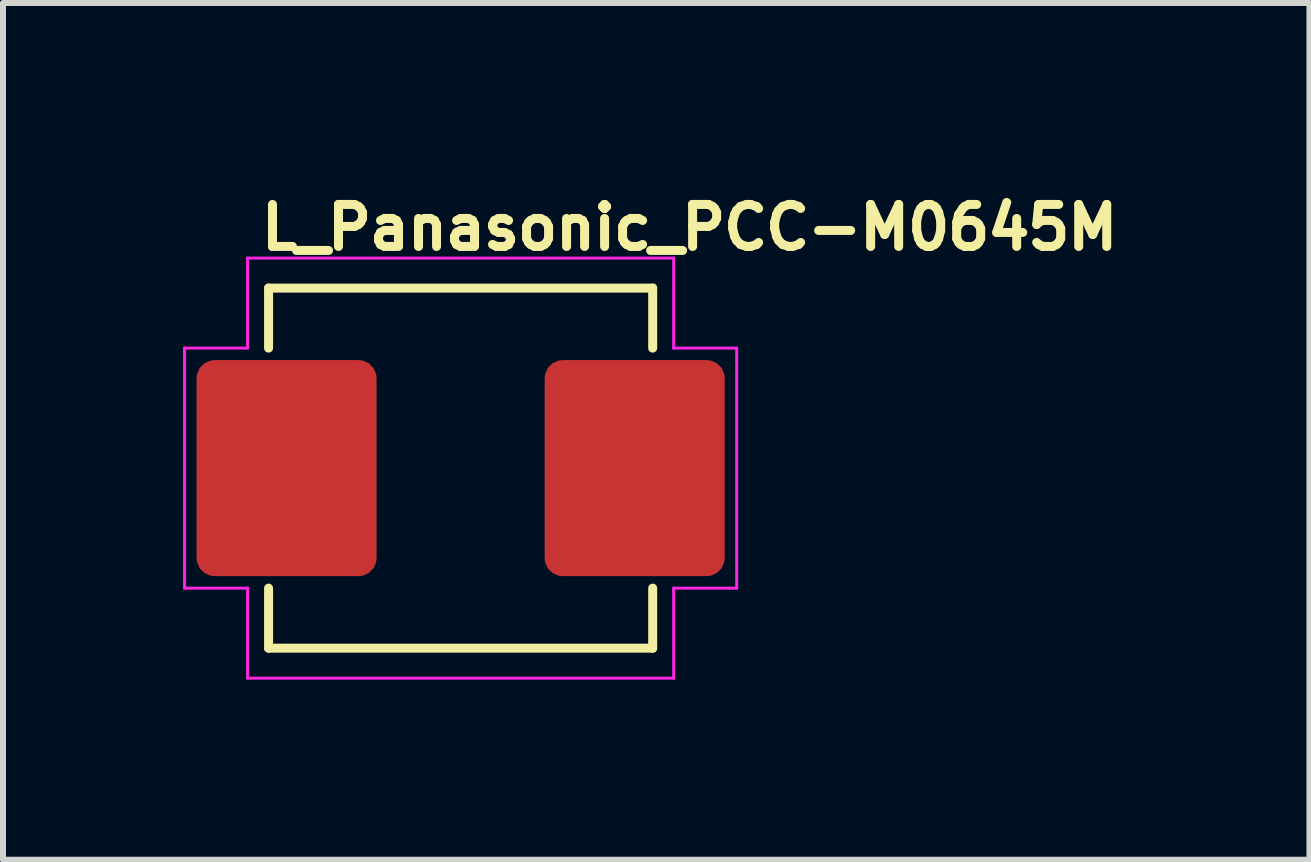
<source format=kicad_pcb>
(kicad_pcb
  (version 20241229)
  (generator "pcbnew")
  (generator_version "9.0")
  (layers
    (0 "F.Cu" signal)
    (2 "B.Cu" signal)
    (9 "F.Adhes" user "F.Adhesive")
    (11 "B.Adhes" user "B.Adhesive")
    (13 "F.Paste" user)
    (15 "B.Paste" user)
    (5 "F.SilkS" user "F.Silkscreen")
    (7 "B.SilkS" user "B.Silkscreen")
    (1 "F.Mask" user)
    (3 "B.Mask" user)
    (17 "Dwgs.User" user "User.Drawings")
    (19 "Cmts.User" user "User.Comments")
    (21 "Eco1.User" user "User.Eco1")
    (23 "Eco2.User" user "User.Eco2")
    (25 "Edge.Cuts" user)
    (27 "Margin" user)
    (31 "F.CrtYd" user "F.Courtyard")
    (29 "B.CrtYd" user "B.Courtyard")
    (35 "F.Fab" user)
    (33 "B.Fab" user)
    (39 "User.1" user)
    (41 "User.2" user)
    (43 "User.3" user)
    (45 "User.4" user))
  (footprint "L_Panasonic_PCC-M0645M"
    (layer "F.Cu")
    (at 4.625 4.75)
    (property "Reference" "L_Panasonic_PCC-M0645M" (at -3.4 -3.6 0) (layer "F.SilkS") (effects (font (size 0.7 0.7) (thickness 0.15)) (justify left bottom)))
    (attr smd)
    (fp_line (start -3.2 -3) (end 3.2 -3) (stroke (width 0.15) (type solid)) (layer "F.SilkS"))
    (fp_line (start -3.2 -2) (end -3.2 -3) (stroke (width 0.15) (type solid)) (layer "F.SilkS"))
    (fp_line (start -3.2 2) (end -3.2 3) (stroke (width 0.15) (type solid)) (layer "F.SilkS"))
    (fp_line (start 3.2 -2) (end 3.2 -3) (stroke (width 0.15) (type solid)) (layer "F.SilkS"))
    (fp_line (start 3.2 2) (end 3.2 3) (stroke (width 0.15) (type solid)) (layer "F.SilkS"))
    (fp_line (start 3.2 3) (end -3.2 3) (stroke (width 0.15) (type solid)) (layer "F.SilkS"))
    (fp_line (start -4.6 -2) (end -3.55 -2) (stroke (width 0.05) (type default)) (layer "F.CrtYd"))
    (fp_line (start -4.6 2) (end -4.6 -2) (stroke (width 0.05) (type default)) (layer "F.CrtYd"))
    (fp_line (start -3.55 -3.5) (end 3.55 -3.5) (stroke (width 0.05) (type default)) (layer "F.CrtYd"))
    (fp_line (start -3.55 -2) (end -3.55 -3.5) (stroke (width 0.05) (type default)) (layer "F.CrtYd"))
    (fp_line (start -3.55 2) (end -4.6 2) (stroke (width 0.05) (type default)) (layer "F.CrtYd"))
    (fp_line (start -3.55 3.5) (end -3.55 2) (stroke (width 0.05) (type default)) (layer "F.CrtYd"))
    (fp_line (start -3.55 3.5) (end 3.55 3.5) (stroke (width 0.05) (type default)) (layer "F.CrtYd"))
    (fp_line (start 3.55 -3.5) (end 3.55 -2) (stroke (width 0.05) (type default)) (layer "F.CrtYd"))
    (fp_line (start 3.55 -2) (end 4.6 -2) (stroke (width 0.05) (type default)) (layer "F.CrtYd"))
    (fp_line (start 3.55 2) (end 3.55 3.5) (stroke (width 0.05) (type default)) (layer "F.CrtYd"))
    (fp_line (start 4.6 -2) (end 4.6 2) (stroke (width 0.05) (type default)) (layer "F.CrtYd"))
    (fp_line (start 4.6 2) (end 3.55 2) (stroke (width 0.05) (type default)) (layer "F.CrtYd"))
    (fp_rect (start -3.25 -3) (end 3.25 3) (stroke (width 0.1) (type solid)) (fill no) (layer "User.5"))
    (fp_line (start -3.25 -2.2) (end -3.249 -2.2) (stroke (width 0.02) (type solid)) (layer "User.9"))
    (fp_line (start -3.25 -1.5) (end -3.25 -1.35) (stroke (width 0.02) (type solid)) (layer "User.9"))
    (fp_line (start -3.25 -1.44) (end -3.25 -2.2) (stroke (width 0.02) (type solid)) (layer "User.9"))
    (fp_line (start -3.25 -1.44) (end -3.25 -1.434) (stroke (width 0.02) (type solid)) (layer "User.9"))
    (fp_line (start -3.25 -1.434) (end -3.25 -1.427) (stroke (width 0.02) (type solid)) (layer "User.9"))
    (fp_line (start -3.25 -1.427) (end -3.25 -1.419) (stroke (width 0.02) (type solid)) (layer "User.9"))
    (fp_line (start -3.25 -1.419) (end -3.25 -1.411) (stroke (width 0.02) (type solid)) (layer "User.9"))
    (fp_line (start -3.25 -1.411) (end -3.25 -1.402) (stroke (width 0.02) (type solid)) (layer "User.9"))
    (fp_line (start -3.25 -1.402) (end -3.25 -1.393) (stroke (width 0.02) (type solid)) (layer "User.9"))
    (fp_line (start -3.25 -1.393) (end -3.25 -1.384) (stroke (width 0.02) (type solid)) (layer "User.9"))
    (fp_line (start -3.25 -1.384) (end -3.25 -1.376) (stroke (width 0.02) (type solid)) (layer "User.9"))
    (fp_line (start -3.25 -1.376) (end -3.25 -1.369) (stroke (width 0.02) (type solid)) (layer "User.9"))
    (fp_line (start -3.25 -1.369) (end -3.25 -1.362) (stroke (width 0.02) (type solid)) (layer "User.9"))
    (fp_line (start -3.25 -1.362) (end -3.25 -1.357) (stroke (width 0.02) (type solid)) (layer "User.9"))
    (fp_line (start -3.25 -1.357) (end -3.25 -1.353) (stroke (width 0.02) (type solid)) (layer "User.9"))
    (fp_line (start -3.25 -1.353) (end -3.25 -1.351) (stroke (width 0.02) (type solid)) (layer "User.9"))
    (fp_line (start -3.25 -1.351) (end -3.25 -1.35) (stroke (width 0.02) (type solid)) (layer "User.9"))
    (fp_line (start -3.25 -0.47) (end -3.25 -1.35) (stroke (width 0.02) (type solid)) (layer "User.9"))
    (fp_line (start -3.25 -0.47) (end -3.1 -0.47) (stroke (width 0.02) (type solid)) (layer "User.9"))
    (fp_line (start -3.25 -0.466) (end -3.25 -0.47) (stroke (width 0.02) (type solid)) (layer "User.9"))
    (fp_line (start -3.25 -0.463) (end -3.25 -0.466) (stroke (width 0.02) (type solid)) (layer "User.9"))
    (fp_line (start -3.25 -0.459) (end -3.25 -0.463) (stroke (width 0.02) (type solid)) (layer "User.9"))
    (fp_line (start -3.25 -0.456) (end -3.25 -0.459) (stroke (width 0.02) (type solid)) (layer "User.9"))
    (fp_line (start -3.25 -0.452) (end -3.25 -0.456) (stroke (width 0.02) (type solid)) (layer "User.9"))
    (fp_line (start -3.25 -0.448) (end -3.25 -0.452) (stroke (width 0.02) (type solid)) (layer "User.9"))
    (fp_line (start -3.25 -0.445) (end -3.25 -0.448) (stroke (width 0.02) (type solid)) (layer "User.9"))
    (fp_line (start -3.25 -0.441) (end -3.25 -0.445) (stroke (width 0.02) (type solid)) (layer "User.9"))
    (fp_line (start -3.25 -0.438) (end -3.25 -0.441) (stroke (width 0.02) (type solid)) (layer "User.9"))
    (fp_line (start -3.25 -0.434) (end -3.25 -0.438) (stroke (width 0.02) (type solid)) (layer "User.9"))
    (fp_line (start -3.25 -0.431) (end -3.25 -0.434) (stroke (width 0.02) (type solid)) (layer "User.9"))
    (fp_line (start -3.25 -0.427) (end -3.25 -0.431) (stroke (width 0.02) (type solid)) (layer "User.9"))
    (fp_line (start -3.25 -0.424) (end -3.25 -0.427) (stroke (width 0.02) (type solid)) (layer "User.9"))
    (fp_line (start -3.25 -0.42) (end -3.25 -0.424) (stroke (width 0.02) (type solid)) (layer "User.9"))
    (fp_line (start -3.25 -0.42) (end -3.249 -0.402) (stroke (width 0.02) (type solid)) (layer "User.9"))
    (fp_line (start -3.25 -0.125) (end -3.249 -0.125) (stroke (width 0.02) (type solid)) (layer "User.9"))
    (fp_line (start -3.25 -0.125) (end -3.247 -0.148) (stroke (width 0.02) (type solid)) (layer "User.9"))
    (fp_line (start -3.25 -0.125) (end -3.247 -0.148) (stroke (width 0.02) (type solid)) (layer "User.9"))
    (fp_line (start -3.25 0.125) (end -3.25 -0.125) (stroke (width 0.02) (type solid)) (layer "User.9"))
    (fp_line (start -3.25 0.125) (end -3.25 -0.125) (stroke (width 0.02) (type solid)) (layer "User.9"))
    (fp_line (start -3.25 0.125) (end -3.249 0.125) (stroke (width 0.02) (type solid)) (layer "User.9"))
    (fp_line (start -3.25 0.424) (end -3.25 0.42) (stroke (width 0.02) (type solid)) (layer "User.9"))
    (fp_line (start -3.25 0.427) (end -3.25 0.424) (stroke (width 0.02) (type solid)) (layer "User.9"))
    (fp_line (start -3.25 0.431) (end -3.25 0.427) (stroke (width 0.02) (type solid)) (layer "User.9"))
    (fp_line (start -3.25 0.434) (end -3.25 0.431) (stroke (width 0.02) (type solid)) (layer "User.9"))
    (fp_line (start -3.25 0.438) (end -3.25 0.434) (stroke (width 0.02) (type solid)) (layer "User.9"))
    (fp_line (start -3.25 0.441) (end -3.25 0.438) (stroke (width 0.02) (type solid)) (layer "User.9"))
    (fp_line (start -3.25 0.445) (end -3.25 0.441) (stroke (width 0.02) (type solid)) (layer "User.9"))
    (fp_line (start -3.25 0.448) (end -3.25 0.445) (stroke (width 0.02) (type solid)) (layer "User.9"))
    (fp_line (start -3.25 0.452) (end -3.25 0.448) (stroke (width 0.02) (type solid)) (layer "User.9"))
    (fp_line (start -3.25 0.456) (end -3.25 0.452) (stroke (width 0.02) (type solid)) (layer "User.9"))
    (fp_line (start -3.25 0.459) (end -3.25 0.456) (stroke (width 0.02) (type solid)) (layer "User.9"))
    (fp_line (start -3.25 0.463) (end -3.25 0.459) (stroke (width 0.02) (type solid)) (layer "User.9"))
    (fp_line (start -3.25 0.466) (end -3.25 0.463) (stroke (width 0.02) (type solid)) (layer "User.9"))
    (fp_line (start -3.25 0.47) (end -3.25 0.466) (stroke (width 0.02) (type solid)) (layer "User.9"))
    (fp_line (start -3.25 1.35) (end -3.25 0.47) (stroke (width 0.02) (type solid)) (layer "User.9"))
    (fp_line (start -3.25 1.35) (end -3.25 1.5) (stroke (width 0.02) (type solid)) (layer "User.9"))
    (fp_line (start -3.25 1.351) (end -3.25 1.35) (stroke (width 0.02) (type solid)) (layer "User.9"))
    (fp_line (start -3.25 1.353) (end -3.25 1.351) (stroke (width 0.02) (type solid)) (layer "User.9"))
    (fp_line (start -3.25 1.357) (end -3.25 1.353) (stroke (width 0.02) (type solid)) (layer "User.9"))
    (fp_line (start -3.25 1.362) (end -3.25 1.357) (stroke (width 0.02) (type solid)) (layer "User.9"))
    (fp_line (start -3.25 1.369) (end -3.25 1.362) (stroke (width 0.02) (type solid)) (layer "User.9"))
    (fp_line (start -3.25 1.376) (end -3.25 1.369) (stroke (width 0.02) (type solid)) (layer "User.9"))
    (fp_line (start -3.25 1.384) (end -3.25 1.376) (stroke (width 0.02) (type solid)) (layer "User.9"))
    (fp_line (start -3.25 1.393) (end -3.25 1.384) (stroke (width 0.02) (type solid)) (layer "User.9"))
    (fp_line (start -3.25 1.402) (end -3.25 1.393) (stroke (width 0.02) (type solid)) (layer "User.9"))
    (fp_line (start -3.25 1.411) (end -3.25 1.402) (stroke (width 0.02) (type solid)) (layer "User.9"))
    (fp_line (start -3.25 1.419) (end -3.25 1.411) (stroke (width 0.02) (type solid)) (layer "User.9"))
    (fp_line (start -3.25 1.427) (end -3.25 1.419) (stroke (width 0.02) (type solid)) (layer "User.9"))
    (fp_line (start -3.25 1.434) (end -3.25 1.427) (stroke (width 0.02) (type solid)) (layer "User.9"))
    (fp_line (start -3.25 1.44) (end -3.25 1.434) (stroke (width 0.02) (type solid)) (layer "User.9"))
    (fp_line (start -3.25 1.44) (end -3.249 1.448) (stroke (width 0.02) (type solid)) (layer "User.9"))
    (fp_line (start -3.25 2.2) (end -3.25 1.44) (stroke (width 0.02) (type solid)) (layer "User.9"))
    (fp_line (start -3.249 -2.2) (end -3.245 -2.2) (stroke (width 0.02) (type solid)) (layer "User.9"))
    (fp_line (start -3.249 -1.447) (end -3.25 -1.44) (stroke (width 0.02) (type solid)) (layer "User.9"))
    (fp_line (start -3.249 -0.402) (end -3.245 -0.384) (stroke (width 0.02) (type solid)) (layer "User.9"))
    (fp_line (start -3.249 -0.125) (end -3.245 -0.125) (stroke (width 0.02) (type solid)) (layer "User.9"))
    (fp_line (start -3.249 0.125) (end -3.245 0.125) (stroke (width 0.02) (type solid)) (layer "User.9"))
    (fp_line (start -3.249 0.402) (end -3.25 0.42) (stroke (width 0.02) (type solid)) (layer "User.9"))
    (fp_line (start -3.249 1.448) (end -3.247 1.45) (stroke (width 0.02) (type solid)) (layer "User.9"))
    (fp_line (start -3.249 2.2) (end -3.25 2.2) (stroke (width 0.02) (type solid)) (layer "User.9"))
    (fp_line (start -3.247 -1.45) (end -3.249 -1.447) (stroke (width 0.02) (type solid)) (layer "User.9"))
    (fp_line (start -3.247 -0.148) (end -3.238 -0.17) (stroke (width 0.02) (type solid)) (layer "User.9"))
    (fp_line (start -3.247 -0.148) (end -3.238 -0.17) (stroke (width 0.02) (type solid)) (layer "User.9"))
    (fp_line (start -3.247 0.148) (end -3.25 0.125) (stroke (width 0.02) (type solid)) (layer "User.9"))
    (fp_line (start -3.247 0.148) (end -3.25 0.125) (stroke (width 0.02) (type solid)) (layer "User.9"))
    (fp_line (start -3.247 1.45) (end -3.243 1.45) (stroke (width 0.02) (type solid)) (layer "User.9"))
    (fp_line (start -3.245 -2.2) (end -3.24 -2.2) (stroke (width 0.02) (type solid)) (layer "User.9"))
    (fp_line (start -3.245 -0.384) (end -3.234 -0.353) (stroke (width 0.02) (type solid)) (layer "User.9"))
    (fp_line (start -3.245 -0.125) (end -3.24 -0.125) (stroke (width 0.02) (type solid)) (layer "User.9"))
    (fp_line (start -3.245 0.125) (end -3.24 0.125) (stroke (width 0.02) (type solid)) (layer "User.9"))
    (fp_line (start -3.245 0.384) (end -3.249 0.402) (stroke (width 0.02) (type solid)) (layer "User.9"))
    (fp_line (start -3.245 2.2) (end -3.249 2.2) (stroke (width 0.02) (type solid)) (layer "User.9"))
    (fp_line (start -3.243 -1.45) (end -3.247 -1.45) (stroke (width 0.02) (type solid)) (layer "User.9"))
    (fp_line (start -3.243 1.45) (end -3.238 1.45) (stroke (width 0.02) (type solid)) (layer "User.9"))
    (fp_line (start -3.24 -2.2) (end -3.232 -2.2) (stroke (width 0.02) (type solid)) (layer "User.9"))
    (fp_line (start -3.24 -0.125) (end -3.232 -0.125) (stroke (width 0.02) (type solid)) (layer "User.9"))
    (fp_line (start -3.24 0.125) (end -3.232 0.125) (stroke (width 0.02) (type solid)) (layer "User.9"))
    (fp_line (start -3.24 2.2) (end -3.245 2.2) (stroke (width 0.02) (type solid)) (layer "User.9"))
    (fp_line (start -3.238 -1.45) (end -3.243 -1.45) (stroke (width 0.02) (type solid)) (layer "User.9"))
    (fp_line (start -3.238 -0.17) (end -3.223 -0.189) (stroke (width 0.02) (type solid)) (layer "User.9"))
    (fp_line (start -3.238 -0.17) (end -3.223 -0.189) (stroke (width 0.02) (type solid)) (layer "User.9"))
    (fp_line (start -3.238 0.17) (end -3.247 0.148) (stroke (width 0.02) (type solid)) (layer "User.9"))
    (fp_line (start -3.238 0.17) (end -3.247 0.148) (stroke (width 0.02) (type solid)) (layer "User.9"))
    (fp_line (start -3.238 1.45) (end -3.23 1.45) (stroke (width 0.02) (type solid)) (layer "User.9"))
    (fp_line (start -3.234 -0.353) (end -3.217 -0.326) (stroke (width 0.02) (type solid)) (layer "User.9"))
    (fp_line (start -3.234 0.353) (end -3.245 0.384) (stroke (width 0.02) (type solid)) (layer "User.9"))
    (fp_line (start -3.232 -2.2) (end -3.222 -2.2) (stroke (width 0.02) (type solid)) (layer "User.9"))
    (fp_line (start -3.232 -0.125) (end -3.222 -0.125) (stroke (width 0.02) (type solid)) (layer "User.9"))
    (fp_line (start -3.232 0.125) (end -3.222 0.125) (stroke (width 0.02) (type solid)) (layer "User.9"))
    (fp_line (start -3.232 2.2) (end -3.24 2.2) (stroke (width 0.02) (type solid)) (layer "User.9"))
    (fp_line (start -3.23 -1.45) (end -3.238 -1.45) (stroke (width 0.02) (type solid)) (layer "User.9"))
    (fp_line (start -3.23 1.45) (end -3.221 1.45) (stroke (width 0.02) (type solid)) (layer "User.9"))
    (fp_line (start -3.228 -0.343) (end -3.214 -0.323) (stroke (width 0.02) (type solid)) (layer "User.9"))
    (fp_line (start -3.228 -0.343) (end -3.214 -0.323) (stroke (width 0.02) (type solid)) (layer "User.9"))
    (fp_line (start -3.223 -0.189) (end -3.205 -0.203) (stroke (width 0.02) (type solid)) (layer "User.9"))
    (fp_line (start -3.223 -0.189) (end -3.205 -0.203) (stroke (width 0.02) (type solid)) (layer "User.9"))
    (fp_line (start -3.223 0.189) (end -3.238 0.17) (stroke (width 0.02) (type solid)) (layer "User.9"))
    (fp_line (start -3.223 0.189) (end -3.238 0.17) (stroke (width 0.02) (type solid)) (layer "User.9"))
    (fp_line (start -3.222 -2.2) (end -3.21 -2.2) (stroke (width 0.02) (type solid)) (layer "User.9"))
    (fp_line (start -3.222 -0.125) (end -3.21 -0.125) (stroke (width 0.02) (type solid)) (layer "User.9"))
    (fp_line (start -3.222 0.125) (end -3.21 0.125) (stroke (width 0.02) (type solid)) (layer "User.9"))
    (fp_line (start -3.222 2.2) (end -3.232 2.2) (stroke (width 0.02) (type solid)) (layer "User.9"))
    (fp_line (start -3.221 -1.45) (end -3.23 -1.45) (stroke (width 0.02) (type solid)) (layer "User.9"))
    (fp_line (start -3.221 1.45) (end -3.211 1.45) (stroke (width 0.02) (type solid)) (layer "User.9"))
    (fp_line (start -3.217 -0.326) (end -3.196 -0.305) (stroke (width 0.02) (type solid)) (layer "User.9"))
    (fp_line (start -3.217 0.326) (end -3.234 0.353) (stroke (width 0.02) (type solid)) (layer "User.9"))
    (fp_line (start -3.214 -0.323) (end -3.196 -0.305) (stroke (width 0.02) (type solid)) (layer "User.9"))
    (fp_line (start -3.214 -0.323) (end -3.196 -0.305) (stroke (width 0.02) (type solid)) (layer "User.9"))
    (fp_line (start -3.214 0.323) (end -3.228 0.343) (stroke (width 0.02) (type solid)) (layer "User.9"))
    (fp_line (start -3.214 0.323) (end -3.228 0.343) (stroke (width 0.02) (type solid)) (layer "User.9"))
    (fp_line (start -3.211 -1.45) (end -3.221 -1.45) (stroke (width 0.02) (type solid)) (layer "User.9"))
    (fp_line (start -3.211 1.45) (end -3.199 1.45) (stroke (width 0.02) (type solid)) (layer "User.9"))
    (fp_line (start -3.21 -2.2) (end -3.197 -2.2) (stroke (width 0.02) (type solid)) (layer "User.9"))
    (fp_line (start -3.21 -0.125) (end -3.196 -0.125) (stroke (width 0.02) (type solid)) (layer "User.9"))
    (fp_line (start -3.21 0.125) (end -3.196 0.125) (stroke (width 0.02) (type solid)) (layer "User.9"))
    (fp_line (start -3.21 2.2) (end -3.222 2.2) (stroke (width 0.02) (type solid)) (layer "User.9"))
    (fp_line (start -3.205 -0.203) (end -3.183 -0.212) (stroke (width 0.02) (type solid)) (layer "User.9"))
    (fp_line (start -3.205 -0.203) (end -3.183 -0.212) (stroke (width 0.02) (type solid)) (layer "User.9"))
    (fp_line (start -3.205 0.203) (end -3.223 0.189) (stroke (width 0.02) (type solid)) (layer "User.9"))
    (fp_line (start -3.205 0.203) (end -3.223 0.189) (stroke (width 0.02) (type solid)) (layer "User.9"))
    (fp_line (start -3.199 -1.45) (end -3.211 -1.45) (stroke (width 0.02) (type solid)) (layer "User.9"))
    (fp_line (start -3.199 1.45) (end -3.186 1.45) (stroke (width 0.02) (type solid)) (layer "User.9"))
    (fp_line (start -3.197 -2.2) (end -3.182 -2.2) (stroke (width 0.02) (type solid)) (layer "User.9"))
    (fp_line (start -3.197 2.2) (end -3.21 2.2) (stroke (width 0.02) (type solid)) (layer "User.9"))
    (fp_line (start -3.196 -0.305) (end -3.174 -0.29) (stroke (width 0.02) (type solid)) (layer "User.9"))
    (fp_line (start -3.196 -0.125) (end -3.18 -0.125) (stroke (width 0.02) (type solid)) (layer "User.9"))
    (fp_line (start -3.196 0.125) (end -3.18 0.125) (stroke (width 0.02) (type solid)) (layer "User.9"))
    (fp_line (start -3.196 0.305) (end -3.217 0.326) (stroke (width 0.02) (type solid)) (layer "User.9"))
    (fp_line (start -3.196 0.305) (end -3.214 0.323) (stroke (width 0.02) (type solid)) (layer "User.9"))
    (fp_line (start -3.196 0.305) (end -3.214 0.323) (stroke (width 0.02) (type solid)) (layer "User.9"))
    (fp_line (start -3.186 -1.45) (end -3.199 -1.45) (stroke (width 0.02) (type solid)) (layer "User.9"))
    (fp_line (start -3.186 1.45) (end -3.172 1.45) (stroke (width 0.02) (type solid)) (layer "User.9"))
    (fp_line (start -3.183 -0.212) (end -3.16 -0.215) (stroke (width 0.02) (type solid)) (layer "User.9"))
    (fp_line (start -3.183 -0.212) (end -3.16 -0.215) (stroke (width 0.02) (type solid)) (layer "User.9"))
    (fp_line (start -3.183 0.212) (end -3.205 0.203) (stroke (width 0.02) (type solid)) (layer "User.9"))
    (fp_line (start -3.183 0.212) (end -3.205 0.203) (stroke (width 0.02) (type solid)) (layer "User.9"))
    (fp_line (start -3.182 -2.2) (end -3.166 -2.2) (stroke (width 0.02) (type solid)) (layer "User.9"))
    (fp_line (start -3.182 2.2) (end -3.197 2.2) (stroke (width 0.02) (type solid)) (layer "User.9"))
    (fp_line (start -3.18 -0.125) (end -3.162 -0.125) (stroke (width 0.02) (type solid)) (layer "User.9"))
    (fp_line (start -3.18 0.125) (end -3.162 0.125) (stroke (width 0.02) (type solid)) (layer "User.9"))
    (fp_line (start -3.174 -0.29) (end -3.15 -0.279) (stroke (width 0.02) (type solid)) (layer "User.9"))
    (fp_line (start -3.174 0.29) (end -3.196 0.305) (stroke (width 0.02) (type solid)) (layer "User.9"))
    (fp_line (start -3.172 -1.45) (end -3.186 -1.45) (stroke (width 0.02) (type solid)) (layer "User.9"))
    (fp_line (start -3.172 1.45) (end -3.156 1.45) (stroke (width 0.02) (type solid)) (layer "User.9"))
    (fp_line (start -3.166 -2.2) (end -3.148 -2.2) (stroke (width 0.02) (type solid)) (layer "User.9"))
    (fp_line (start -3.166 2.2) (end -3.182 2.2) (stroke (width 0.02) (type solid)) (layer "User.9"))
    (fp_line (start -3.162 -0.125) (end -3.143 -0.125) (stroke (width 0.02) (type solid)) (layer "User.9"))
    (fp_line (start -3.162 0.125) (end -3.143 0.125) (stroke (width 0.02) (type solid)) (layer "User.9"))
    (fp_line (start -3.16 0.215) (end -3.183 0.212) (stroke (width 0.02) (type solid)) (layer "User.9"))
    (fp_line (start -3.16 0.215) (end -3.183 0.212) (stroke (width 0.02) (type solid)) (layer "User.9"))
    (fp_line (start -3.158 -0.215) (end -3.16 -0.215) (stroke (width 0.02) (type solid)) (layer "User.9"))
    (fp_line (start -3.158 0.215) (end -3.16 0.215) (stroke (width 0.02) (type solid)) (layer "User.9"))
    (fp_line (start -3.158 0.215) (end -3.16 0.215) (stroke (width 0.02) (type solid)) (layer "User.9"))
    (fp_line (start -3.156 -1.45) (end -3.172 -1.45) (stroke (width 0.02) (type solid)) (layer "User.9"))
    (fp_line (start -3.156 1.45) (end -3.14 1.45) (stroke (width 0.02) (type solid)) (layer "User.9"))
    (fp_line (start -3.154 -0.215) (end -3.158 -0.215) (stroke (width 0.02) (type solid)) (layer "User.9"))
    (fp_line (start -3.154 0.215) (end -3.158 0.215) (stroke (width 0.02) (type solid)) (layer "User.9"))
    (fp_line (start -3.152 0.215) (end -3.158 0.215) (stroke (width 0.02) (type solid)) (layer "User.9"))
    (fp_line (start -3.15 -0.279) (end -3.125 -0.272) (stroke (width 0.02) (type solid)) (layer "User.9"))
    (fp_line (start -3.15 0.279) (end -3.174 0.29) (stroke (width 0.02) (type solid)) (layer "User.9"))
    (fp_line (start -3.148 -2.2) (end -3.129 -2.2) (stroke (width 0.02) (type solid)) (layer "User.9"))
    (fp_line (start -3.148 2.2) (end -3.166 2.2) (stroke (width 0.02) (type solid)) (layer "User.9"))
    (fp_line (start -3.147 -0.215) (end -3.154 -0.215) (stroke (width 0.02) (type solid)) (layer "User.9"))
    (fp_line (start -3.147 0.215) (end -3.154 0.215) (stroke (width 0.02) (type solid)) (layer "User.9"))
    (fp_line (start -3.143 -0.125) (end -3.122 -0.125) (stroke (width 0.02) (type solid)) (layer "User.9"))
    (fp_line (start -3.143 0.125) (end -3.122 0.125) (stroke (width 0.02) (type solid)) (layer "User.9"))
    (fp_line (start -3.143 0.215) (end -3.152 0.215) (stroke (width 0.02) (type solid)) (layer "User.9"))
    (fp_line (start -3.14 -1.45) (end -3.156 -1.45) (stroke (width 0.02) (type solid)) (layer "User.9"))
    (fp_line (start -3.14 1.45) (end -3.123 1.45) (stroke (width 0.02) (type solid)) (layer "User.9"))
    (fp_line (start -3.136 -0.215) (end -3.147 -0.215) (stroke (width 0.02) (type solid)) (layer "User.9"))
    (fp_line (start -3.136 0.215) (end -3.147 0.215) (stroke (width 0.02) (type solid)) (layer "User.9"))
    (fp_line (start -3.131 0.215) (end -3.143 0.215) (stroke (width 0.02) (type solid)) (layer "User.9"))
    (fp_line (start -3.129 -2.2) (end -3.11 -2.2) (stroke (width 0.02) (type solid)) (layer "User.9"))
    (fp_line (start -3.129 2.2) (end -3.148 2.2) (stroke (width 0.02) (type solid)) (layer "User.9"))
    (fp_line (start -3.125 -0.272) (end -3.1 -0.27) (stroke (width 0.02) (type solid)) (layer "User.9"))
    (fp_line (start -3.125 0.272) (end -3.15 0.279) (stroke (width 0.02) (type solid)) (layer "User.9"))
    (fp_line (start -3.124 -0.215) (end -3.136 -0.215) (stroke (width 0.02) (type solid)) (layer "User.9"))
    (fp_line (start -3.124 0.215) (end -3.136 0.215) (stroke (width 0.02) (type solid)) (layer "User.9"))
    (fp_line (start -3.123 -1.45) (end -3.14 -1.45) (stroke (width 0.02) (type solid)) (layer "User.9"))
    (fp_line (start -3.123 1.45) (end -3.106 1.45) (stroke (width 0.02) (type solid)) (layer "User.9"))
    (fp_line (start -3.122 -0.125) (end -3.099 -0.125) (stroke (width 0.02) (type solid)) (layer "User.9"))
    (fp_line (start -3.122 0.125) (end -3.099 0.125) (stroke (width 0.02) (type solid)) (layer "User.9"))
    (fp_line (start -3.115 0.215) (end -3.131 0.215) (stroke (width 0.02) (type solid)) (layer "User.9"))
    (fp_line (start -3.11 -2.2) (end -3.09 -2.2) (stroke (width 0.02) (type solid)) (layer "User.9"))
    (fp_line (start -3.11 2.2) (end -3.129 2.2) (stroke (width 0.02) (type solid)) (layer "User.9"))
    (fp_line (start -3.108 -0.215) (end -3.124 -0.215) (stroke (width 0.02) (type solid)) (layer "User.9"))
    (fp_line (start -3.108 0.215) (end -3.124 0.215) (stroke (width 0.02) (type solid)) (layer "User.9"))
    (fp_line (start -3.106 -1.45) (end -3.123 -1.45) (stroke (width 0.02) (type solid)) (layer "User.9"))
    (fp_line (start -3.106 1.45) (end -3.088 1.45) (stroke (width 0.02) (type solid)) (layer "User.9"))
    (fp_line (start -3.1 -1.44) (end -3.1 -1.434) (stroke (width 0.02) (type solid)) (layer "User.9"))
    (fp_line (start -3.1 -1.44) (end -3.099 -1.445) (stroke (width 0.02) (type solid)) (layer "User.9"))
    (fp_line (start -3.1 -1.434) (end -3.1 -1.427) (stroke (width 0.02) (type solid)) (layer "User.9"))
    (fp_line (start -3.1 -1.427) (end -3.1 -1.419) (stroke (width 0.02) (type solid)) (layer "User.9"))
    (fp_line (start -3.1 -1.419) (end -3.1 -1.411) (stroke (width 0.02) (type solid)) (layer "User.9"))
    (fp_line (start -3.1 -1.411) (end -3.1 -1.402) (stroke (width 0.02) (type solid)) (layer "User.9"))
    (fp_line (start -3.1 -1.402) (end -3.1 -1.393) (stroke (width 0.02) (type solid)) (layer "User.9"))
    (fp_line (start -3.1 -1.393) (end -3.1 -1.384) (stroke (width 0.02) (type solid)) (layer "User.9"))
    (fp_line (start -3.1 -1.384) (end -3.1 -1.376) (stroke (width 0.02) (type solid)) (layer "User.9"))
    (fp_line (start -3.1 -1.376) (end -3.1 -1.369) (stroke (width 0.02) (type solid)) (layer "User.9"))
    (fp_line (start -3.1 -1.369) (end -3.1 -1.362) (stroke (width 0.02) (type solid)) (layer "User.9"))
    (fp_line (start -3.1 -1.362) (end -3.1 -1.357) (stroke (width 0.02) (type solid)) (layer "User.9"))
    (fp_line (start -3.1 -1.357) (end -3.1 -1.353) (stroke (width 0.02) (type solid)) (layer "User.9"))
    (fp_line (start -3.1 -1.353) (end -3.1 -1.351) (stroke (width 0.02) (type solid)) (layer "User.9"))
    (fp_line (start -3.1 -1.351) (end -3.1 -1.35) (stroke (width 0.02) (type solid)) (layer "User.9"))
    (fp_line (start -3.1 -1.35) (end -3.25 -1.35) (stroke (width 0.02) (type solid)) (layer "User.9"))
    (fp_line (start -3.1 -1.35) (end -3.1 -0.47) (stroke (width 0.02) (type solid)) (layer "User.9"))
    (fp_line (start -3.1 -0.47) (end -3.1 -0.448) (stroke (width 0.02) (type solid)) (layer "User.9"))
    (fp_line (start -3.1 -0.448) (end -3.1 -0.425) (stroke (width 0.02) (type solid)) (layer "User.9"))
    (fp_line (start -3.1 -0.425) (end -3.1 -0.404) (stroke (width 0.02) (type solid)) (layer "User.9"))
    (fp_line (start -3.1 -0.404) (end -3.1 -0.383) (stroke (width 0.02) (type solid)) (layer "User.9"))
    (fp_line (start -3.1 -0.383) (end -3.1 -0.364) (stroke (width 0.02) (type solid)) (layer "User.9"))
    (fp_line (start -3.1 -0.364) (end -3.1 -0.345) (stroke (width 0.02) (type solid)) (layer "User.9"))
    (fp_line (start -3.1 -0.345) (end -3.1 -0.329) (stroke (width 0.02) (type solid)) (layer "User.9"))
    (fp_line (start -3.1 -0.329) (end -3.1 -0.314) (stroke (width 0.02) (type solid)) (layer "User.9"))
    (fp_line (start -3.1 -0.314) (end -3.1 -0.301) (stroke (width 0.02) (type solid)) (layer "User.9"))
    (fp_line (start -3.1 -0.301) (end -3.1 -0.29) (stroke (width 0.02) (type solid)) (layer "User.9"))
    (fp_line (start -3.1 -0.29) (end -3.1 -0.281) (stroke (width 0.02) (type solid)) (layer "User.9"))
    (fp_line (start -3.1 -0.281) (end -3.1 -0.275) (stroke (width 0.02) (type solid)) (layer "User.9"))
    (fp_line (start -3.1 -0.275) (end -3.1 -0.271) (stroke (width 0.02) (type solid)) (layer "User.9"))
    (fp_line (start -3.1 -0.271) (end -3.1 -0.27) (stroke (width 0.02) (type solid)) (layer "User.9"))
    (fp_line (start -3.1 -0.27) (end -3.088 -0.268) (stroke (width 0.02) (type solid)) (layer "User.9"))
    (fp_line (start -3.1 0.27) (end -3.125 0.272) (stroke (width 0.02) (type solid)) (layer "User.9"))
    (fp_line (start -3.1 0.27) (end -3.1 0.271) (stroke (width 0.02) (type solid)) (layer "User.9"))
    (fp_line (start -3.1 0.271) (end -3.1 0.275) (stroke (width 0.02) (type solid)) (layer "User.9"))
    (fp_line (start -3.1 0.275) (end -3.1 0.281) (stroke (width 0.02) (type solid)) (layer "User.9"))
    (fp_line (start -3.1 0.281) (end -3.1 0.29) (stroke (width 0.02) (type solid)) (layer "User.9"))
    (fp_line (start -3.1 0.29) (end -3.1 0.301) (stroke (width 0.02) (type solid)) (layer "User.9"))
    (fp_line (start -3.1 0.301) (end -3.1 0.314) (stroke (width 0.02) (type solid)) (layer "User.9"))
    (fp_line (start -3.1 0.314) (end -3.1 0.329) (stroke (width 0.02) (type solid)) (layer "User.9"))
    (fp_line (start -3.1 0.329) (end -3.1 0.345) (stroke (width 0.02) (type solid)) (layer "User.9"))
    (fp_line (start -3.1 0.345) (end -3.1 0.364) (stroke (width 0.02) (type solid)) (layer "User.9"))
    (fp_line (start -3.1 0.364) (end -3.1 0.383) (stroke (width 0.02) (type solid)) (layer "User.9"))
    (fp_line (start -3.1 0.383) (end -3.1 0.404) (stroke (width 0.02) (type solid)) (layer "User.9"))
    (fp_line (start -3.1 0.404) (end -3.1 0.425) (stroke (width 0.02) (type solid)) (layer "User.9"))
    (fp_line (start -3.1 0.425) (end -3.1 0.448) (stroke (width 0.02) (type solid)) (layer "User.9"))
    (fp_line (start -3.1 0.448) (end -3.1 0.47) (stroke (width 0.02) (type solid)) (layer "User.9"))
    (fp_line (start -3.1 0.469) (end -3.096 0.451) (stroke (width 0.02) (type solid)) (layer "User.9"))
    (fp_line (start -3.1 0.47) (end -3.25 0.47) (stroke (width 0.02) (type solid)) (layer "User.9"))
    (fp_line (start -3.1 0.47) (end -3.1 1.35) (stroke (width 0.02) (type solid)) (layer "User.9"))
    (fp_line (start -3.1 1.35) (end -3.25 1.35) (stroke (width 0.02) (type solid)) (layer "User.9"))
    (fp_line (start -3.1 1.351) (end -3.1 1.35) (stroke (width 0.02) (type solid)) (layer "User.9"))
    (fp_line (start -3.1 1.353) (end -3.1 1.351) (stroke (width 0.02) (type solid)) (layer "User.9"))
    (fp_line (start -3.1 1.357) (end -3.1 1.353) (stroke (width 0.02) (type solid)) (layer "User.9"))
    (fp_line (start -3.1 1.362) (end -3.1 1.357) (stroke (width 0.02) (type solid)) (layer "User.9"))
    (fp_line (start -3.1 1.369) (end -3.1 1.362) (stroke (width 0.02) (type solid)) (layer "User.9"))
    (fp_line (start -3.1 1.376) (end -3.1 1.369) (stroke (width 0.02) (type solid)) (layer "User.9"))
    (fp_line (start -3.1 1.384) (end -3.1 1.376) (stroke (width 0.02) (type solid)) (layer "User.9"))
    (fp_line (start -3.1 1.393) (end -3.1 1.384) (stroke (width 0.02) (type solid)) (layer "User.9"))
    (fp_line (start -3.1 1.402) (end -3.1 1.393) (stroke (width 0.02) (type solid)) (layer "User.9"))
    (fp_line (start -3.1 1.411) (end -3.1 1.402) (stroke (width 0.02) (type solid)) (layer "User.9"))
    (fp_line (start -3.1 1.419) (end -3.1 1.411) (stroke (width 0.02) (type solid)) (layer "User.9"))
    (fp_line (start -3.1 1.427) (end -3.1 1.419) (stroke (width 0.02) (type solid)) (layer "User.9"))
    (fp_line (start -3.1 1.434) (end -3.1 1.427) (stroke (width 0.02) (type solid)) (layer "User.9"))
    (fp_line (start -3.1 1.44) (end -3.1 1.434) (stroke (width 0.02) (type solid)) (layer "User.9"))
    (fp_line (start -3.099 -1.445) (end -3.094 -1.448) (stroke (width 0.02) (type solid)) (layer "User.9"))
    (fp_line (start -3.099 -0.125) (end -3.075 -0.125) (stroke (width 0.02) (type solid)) (layer "User.9"))
    (fp_line (start -3.099 0.125) (end -3.075 0.125) (stroke (width 0.02) (type solid)) (layer "User.9"))
    (fp_line (start -3.099 1.445) (end -3.1 1.44) (stroke (width 0.02) (type solid)) (layer "User.9"))
    (fp_line (start -3.096 -0.451) (end -3.1 -0.469) (stroke (width 0.02) (type solid)) (layer "User.9"))
    (fp_line (start -3.096 0.215) (end -3.115 0.215) (stroke (width 0.02) (type solid)) (layer "User.9"))
    (fp_line (start -3.096 0.451) (end -3.087 0.435) (stroke (width 0.02) (type solid)) (layer "User.9"))
    (fp_line (start -3.095 1.448) (end -3.099 1.445) (stroke (width 0.02) (type solid)) (layer "User.9"))
    (fp_line (start -3.094 -1.448) (end -3.088 -1.45) (stroke (width 0.02) (type solid)) (layer "User.9"))
    (fp_line (start -3.09 -2.2) (end -3.07 -2.2) (stroke (width 0.02) (type solid)) (layer "User.9"))
    (fp_line (start -3.09 -0.215) (end -3.108 -0.215) (stroke (width 0.02) (type solid)) (layer "User.9"))
    (fp_line (start -3.09 0.215) (end -3.108 0.215) (stroke (width 0.02) (type solid)) (layer "User.9"))
    (fp_line (start -3.09 2.2) (end -3.11 2.2) (stroke (width 0.02) (type solid)) (layer "User.9"))
    (fp_line (start -3.088 -1.45) (end -3.106 -1.45) (stroke (width 0.02) (type solid)) (layer "User.9"))
    (fp_line (start -3.088 -1.45) (end -3.08 -1.45) (stroke (width 0.02) (type solid)) (layer "User.9"))
    (fp_line (start -3.088 -0.268) (end -3.079 -0.261) (stroke (width 0.02) (type solid)) (layer "User.9"))
    (fp_line (start -3.088 0.268) (end -3.1 0.27) (stroke (width 0.02) (type solid)) (layer "User.9"))
    (fp_line (start -3.088 1.45) (end -3.095 1.448) (stroke (width 0.02) (type solid)) (layer "User.9"))
    (fp_line (start -3.088 1.45) (end -3.07 1.45) (stroke (width 0.02) (type solid)) (layer "User.9"))
    (fp_line (start -3.087 -0.435) (end -3.096 -0.451) (stroke (width 0.02) (type solid)) (layer "User.9"))
    (fp_line (start -3.087 0.435) (end -3.072 0.424) (stroke (width 0.02) (type solid)) (layer "User.9"))
    (fp_line (start -3.08 -1.45) (end -3.075 -1.45) (stroke (width 0.02) (type solid)) (layer "User.9"))
    (fp_line (start -3.08 1.45) (end -3.088 1.45) (stroke (width 0.02) (type solid)) (layer "User.9"))
    (fp_line (start -3.079 -0.261) (end -3.072 -0.251) (stroke (width 0.02) (type solid)) (layer "User.9"))
    (fp_line (start -3.079 0.261) (end -3.088 0.268) (stroke (width 0.02) (type solid)) (layer "User.9"))
    (fp_line (start -3.075 -0.125) (end -3.05 -0.125) (stroke (width 0.02) (type solid)) (layer "User.9"))
    (fp_line (start -3.075 0.125) (end -3.05 0.125) (stroke (width 0.02) (type solid)) (layer "User.9"))
    (fp_line (start -3.075 1.45) (end -3.08 1.45) (stroke (width 0.02) (type solid)) (layer "User.9"))
    (fp_line (start -3.074 0.215) (end -3.096 0.215) (stroke (width 0.02) (type solid)) (layer "User.9"))
    (fp_line (start -3.072 -0.424) (end -3.087 -0.435) (stroke (width 0.02) (type solid)) (layer "User.9"))
    (fp_line (start -3.072 -0.251) (end -3.07 -0.24) (stroke (width 0.02) (type solid)) (layer "User.9"))
    (fp_line (start -3.072 0.251) (end -3.079 0.261) (stroke (width 0.02) (type solid)) (layer "User.9"))
    (fp_line (start -3.072 0.424) (end -3.055 0.419) (stroke (width 0.02) (type solid)) (layer "User.9"))
    (fp_line (start -3.07 -2.2) (end -3.07 -1.45) (stroke (width 0.02) (type solid)) (layer "User.9"))
    (fp_line (start -3.07 -1.45) (end -3.088 -1.45) (stroke (width 0.02) (type solid)) (layer "User.9"))
    (fp_line (start -3.07 -1.45) (end -3.07 -0.423) (stroke (width 0.02) (type solid)) (layer "User.9"))
    (fp_line (start -3.07 -0.215) (end -3.09 -0.215) (stroke (width 0.02) (type solid)) (layer "User.9"))
    (fp_line (start -3.07 -0.215) (end -3.07 -0.24) (stroke (width 0.02) (type solid)) (layer "User.9"))
    (fp_line (start -3.07 0.215) (end -3.09 0.215) (stroke (width 0.02) (type solid)) (layer "User.9"))
    (fp_line (start -3.07 0.215) (end -3.07 0.215) (stroke (width 0.02) (type solid)) (layer "User.9"))
    (fp_line (start -3.07 0.24) (end -3.072 0.251) (stroke (width 0.02) (type solid)) (layer "User.9"))
    (fp_line (start -3.07 0.24) (end -3.07 0.215) (stroke (width 0.02) (type solid)) (layer "User.9"))
    (fp_line (start -3.07 0.423) (end -3.07 1.45) (stroke (width 0.02) (type solid)) (layer "User.9"))
    (fp_line (start -3.07 1.45) (end -3.07 2.2) (stroke (width 0.02) (type solid)) (layer "User.9"))
    (fp_line (start -3.07 2.2) (end -3.09 2.2) (stroke (width 0.02) (type solid)) (layer "User.9"))
    (fp_line (start -3.07 2.2) (end -3.05 2.2) (stroke (width 0.02) (type solid)) (layer "User.9"))
    (fp_line (start -3.055 -0.419) (end -3.072 -0.424) (stroke (width 0.02) (type solid)) (layer "User.9"))
    (fp_line (start -3.055 0.419) (end -3.05 0.419) (stroke (width 0.02) (type solid)) (layer "User.9"))
    (fp_line (start -3.05 -2.5) (end -3.05 2.5) (stroke (width 0.02) (type solid)) (layer "User.9"))
    (fp_line (start -3.05 -2.2) (end -3.07 -2.2) (stroke (width 0.02) (type solid)) (layer "User.9"))
    (fp_line (start -3.05 -1.45) (end -3.07 -1.45) (stroke (width 0.02) (type solid)) (layer "User.9"))
    (fp_line (start -3.05 -0.419) (end -3.055 -0.419) (stroke (width 0.02) (type solid)) (layer "User.9"))
    (fp_line (start -3.05 -0.215) (end -3.07 -0.215) (stroke (width 0.02) (type solid)) (layer "User.9"))
    (fp_line (start -3.05 0.215) (end -3.074 0.215) (stroke (width 0.02) (type solid)) (layer "User.9"))
    (fp_line (start -3.05 1.45) (end -3.07 1.45) (stroke (width 0.02) (type solid)) (layer "User.9"))
    (fp_line (start -3.05 2.5) (end -3.046 2.56) (stroke (width 0.02) (type solid)) (layer "User.9"))
    (fp_line (start -3.046 -2.56) (end -3.05 -2.5) (stroke (width 0.02) (type solid)) (layer "User.9"))
    (fp_line (start -3.046 2.56) (end -3.035 2.62) (stroke (width 0.02) (type solid)) (layer "User.9"))
    (fp_line (start -3.035 -2.62) (end -3.046 -2.56) (stroke (width 0.02) (type solid)) (layer "User.9"))
    (fp_line (start -3.035 2.62) (end -3.017 2.677) (stroke (width 0.02) (type solid)) (layer "User.9"))
    (fp_line (start -3.017 -2.677) (end -3.035 -2.62) (stroke (width 0.02) (type solid)) (layer "User.9"))
    (fp_line (start -3.017 2.677) (end -2.992 2.732) (stroke (width 0.02) (type solid)) (layer "User.9"))
    (fp_line (start -2.992 -2.732) (end -3.017 -2.677) (stroke (width 0.02) (type solid)) (layer "User.9"))
    (fp_line (start -2.992 2.732) (end -2.961 2.784) (stroke (width 0.02) (type solid)) (layer "User.9"))
    (fp_line (start -2.961 -2.784) (end -2.992 -2.732) (stroke (width 0.02) (type solid)) (layer "User.9"))
    (fp_line (start -2.961 2.784) (end -2.924 2.832) (stroke (width 0.02) (type solid)) (layer "User.9"))
    (fp_line (start -2.924 -2.832) (end -2.961 -2.784) (stroke (width 0.02) (type solid)) (layer "User.9"))
    (fp_line (start -2.924 2.832) (end -2.881 2.874) (stroke (width 0.02) (type solid)) (layer "User.9"))
    (fp_line (start -2.881 -2.874) (end -2.924 -2.832) (stroke (width 0.02) (type solid)) (layer "User.9"))
    (fp_line (start -2.881 2.874) (end -2.834 2.911) (stroke (width 0.02) (type solid)) (layer "User.9"))
    (fp_line (start -2.834 -2.911) (end -2.881 -2.874) (stroke (width 0.02) (type solid)) (layer "User.9"))
    (fp_line (start -2.834 2.911) (end -2.782 2.943) (stroke (width 0.02) (type solid)) (layer "User.9"))
    (fp_line (start -2.782 -2.943) (end -2.834 -2.911) (stroke (width 0.02) (type solid)) (layer "User.9"))
    (fp_line (start -2.782 2.943) (end -2.727 2.968) (stroke (width 0.02) (type solid)) (layer "User.9"))
    (fp_line (start -2.727 -2.968) (end -2.782 -2.943) (stroke (width 0.02) (type solid)) (layer "User.9"))
    (fp_line (start -2.727 2.968) (end -2.669 2.985) (stroke (width 0.02) (type solid)) (layer "User.9"))
    (fp_line (start -2.669 -2.985) (end -2.727 -2.968) (stroke (width 0.02) (type solid)) (layer "User.9"))
    (fp_line (start -2.669 2.985) (end -2.61 2.996) (stroke (width 0.02) (type solid)) (layer "User.9"))
    (fp_line (start -2.61 -2.996) (end -2.669 -2.985) (stroke (width 0.02) (type solid)) (layer "User.9"))
    (fp_line (start -2.61 2.996) (end -2.55 3) (stroke (width 0.02) (type solid)) (layer "User.9"))
    (fp_line (start -2.55 -3) (end -2.61 -2.996) (stroke (width 0.02) (type solid)) (layer "User.9"))
    (fp_line (start -2.55 3) (end 2.55 3) (stroke (width 0.02) (type solid)) (layer "User.9"))
    (fp_line (start 2.55 -3) (end -2.55 -3) (stroke (width 0.02) (type solid)) (layer "User.9"))
    (fp_line (start 2.55 3) (end 2.611 2.996) (stroke (width 0.02) (type solid)) (layer "User.9"))
    (fp_line (start 2.611 -2.996) (end 2.55 -3) (stroke (width 0.02) (type solid)) (layer "User.9"))
    (fp_line (start 2.611 2.996) (end 2.67 2.985) (stroke (width 0.02) (type solid)) (layer "User.9"))
    (fp_line (start 2.67 -2.985) (end 2.611 -2.996) (stroke (width 0.02) (type solid)) (layer "User.9"))
    (fp_line (start 2.67 2.985) (end 2.728 2.968) (stroke (width 0.02) (type solid)) (layer "User.9"))
    (fp_line (start 2.728 -2.968) (end 2.67 -2.985) (stroke (width 0.02) (type solid)) (layer "User.9"))
    (fp_line (start 2.728 2.968) (end 2.783 2.943) (stroke (width 0.02) (type solid)) (layer "User.9"))
    (fp_line (start 2.783 -2.943) (end 2.728 -2.968) (stroke (width 0.02) (type solid)) (layer "User.9"))
    (fp_line (start 2.783 2.943) (end 2.834 2.911) (stroke (width 0.02) (type solid)) (layer "User.9"))
    (fp_line (start 2.834 -2.911) (end 2.783 -2.943) (stroke (width 0.02) (type solid)) (layer "User.9"))
    (fp_line (start 2.834 2.911) (end 2.882 2.874) (stroke (width 0.02) (type solid)) (layer "User.9"))
    (fp_line (start 2.882 -2.874) (end 2.834 -2.911) (stroke (width 0.02) (type solid)) (layer "User.9"))
    (fp_line (start 2.882 2.874) (end 2.924 2.832) (stroke (width 0.02) (type solid)) (layer "User.9"))
    (fp_line (start 2.924 -2.832) (end 2.882 -2.874) (stroke (width 0.02) (type solid)) (layer "User.9"))
    (fp_line (start 2.924 2.832) (end 2.962 2.784) (stroke (width 0.02) (type solid)) (layer "User.9"))
    (fp_line (start 2.962 -2.784) (end 2.924 -2.832) (stroke (width 0.02) (type solid)) (layer "User.9"))
    (fp_line (start 2.962 2.784) (end 2.993 2.732) (stroke (width 0.02) (type solid)) (layer "User.9"))
    (fp_line (start 2.993 -2.732) (end 2.962 -2.784) (stroke (width 0.02) (type solid)) (layer "User.9"))
    (fp_line (start 2.993 2.732) (end 3.018 2.677) (stroke (width 0.02) (type solid)) (layer "User.9"))
    (fp_line (start 3.018 -2.677) (end 2.993 -2.732) (stroke (width 0.02) (type solid)) (layer "User.9"))
    (fp_line (start 3.018 2.677) (end 3.036 2.62) (stroke (width 0.02) (type solid)) (layer "User.9"))
    (fp_line (start 3.036 -2.62) (end 3.018 -2.677) (stroke (width 0.02) (type solid)) (layer "User.9"))
    (fp_line (start 3.036 2.62) (end 3.047 2.56) (stroke (width 0.02) (type solid)) (layer "User.9"))
    (fp_line (start 3.047 -2.56) (end 3.036 -2.62) (stroke (width 0.02) (type solid)) (layer "User.9"))
    (fp_line (start 3.047 2.56) (end 3.05 2.5) (stroke (width 0.02) (type solid)) (layer "User.9"))
    (fp_line (start 3.05 -2.5) (end 3.047 -2.56) (stroke (width 0.02) (type solid)) (layer "User.9"))
    (fp_line (start 3.05 -1.45) (end 3.07 -1.45) (stroke (width 0.02) (type solid)) (layer "User.9"))
    (fp_line (start 3.05 -0.215) (end 3.075 -0.215) (stroke (width 0.02) (type solid)) (layer "User.9"))
    (fp_line (start 3.05 0.215) (end 3.071 0.215) (stroke (width 0.02) (type solid)) (layer "User.9"))
    (fp_line (start 3.05 0.419) (end 3.055 0.419) (stroke (width 0.02) (type solid)) (layer "User.9"))
    (fp_line (start 3.05 1.45) (end 3.07 1.45) (stroke (width 0.02) (type solid)) (layer "User.9"))
    (fp_line (start 3.05 2.2) (end 3.07 2.2) (stroke (width 0.02) (type solid)) (layer "User.9"))
    (fp_line (start 3.05 2.5) (end 3.05 -2.5) (stroke (width 0.02) (type solid)) (layer "User.9"))
    (fp_line (start 3.055 -0.419) (end 3.05 -0.419) (stroke (width 0.02) (type solid)) (layer "User.9"))
    (fp_line (start 3.055 0.419) (end 3.073 0.424) (stroke (width 0.02) (type solid)) (layer "User.9"))
    (fp_line (start 3.07 -2.2) (end 3.05 -2.2) (stroke (width 0.02) (type solid)) (layer "User.9"))
    (fp_line (start 3.07 -2.2) (end 3.09 -2.2) (stroke (width 0.02) (type solid)) (layer "User.9"))
    (fp_line (start 3.07 -1.45) (end 3.07 -2.2) (stroke (width 0.02) (type solid)) (layer "User.9"))
    (fp_line (start 3.07 -0.423) (end 3.07 -1.45) (stroke (width 0.02) (type solid)) (layer "User.9"))
    (fp_line (start 3.07 -0.24) (end 3.07 -0.215) (stroke (width 0.02) (type solid)) (layer "User.9"))
    (fp_line (start 3.07 -0.24) (end 3.073 -0.251) (stroke (width 0.02) (type solid)) (layer "User.9"))
    (fp_line (start 3.07 -0.215) (end 3.071 -0.215) (stroke (width 0.02) (type solid)) (layer "User.9"))
    (fp_line (start 3.07 0.215) (end 3.07 0.24) (stroke (width 0.02) (type solid)) (layer "User.9"))
    (fp_line (start 3.07 1.45) (end 3.07 0.423) (stroke (width 0.02) (type solid)) (layer "User.9"))
    (fp_line (start 3.07 1.45) (end 3.088 1.45) (stroke (width 0.02) (type solid)) (layer "User.9"))
    (fp_line (start 3.07 2.2) (end 3.07 1.45) (stroke (width 0.02) (type solid)) (layer "User.9"))
    (fp_line (start 3.071 -0.215) (end 3.091 -0.215) (stroke (width 0.02) (type solid)) (layer "User.9"))
    (fp_line (start 3.071 0.215) (end 3.091 0.215) (stroke (width 0.02) (type solid)) (layer "User.9"))
    (fp_line (start 3.073 -0.424) (end 3.055 -0.419) (stroke (width 0.02) (type solid)) (layer "User.9"))
    (fp_line (start 3.073 -0.251) (end 3.079 -0.261) (stroke (width 0.02) (type solid)) (layer "User.9"))
    (fp_line (start 3.073 0.251) (end 3.07 0.24) (stroke (width 0.02) (type solid)) (layer "User.9"))
    (fp_line (start 3.073 0.424) (end 3.087 0.435) (stroke (width 0.02) (type solid)) (layer "User.9"))
    (fp_line (start 3.075 -1.45) (end 3.08 -1.45) (stroke (width 0.02) (type solid)) (layer "User.9"))
    (fp_line (start 3.075 -0.215) (end 3.097 -0.215) (stroke (width 0.02) (type solid)) (layer "User.9"))
    (fp_line (start 3.076 -0.125) (end 3.05 -0.125) (stroke (width 0.02) (type solid)) (layer "User.9"))
    (fp_line (start 3.076 0.125) (end 3.05 0.125) (stroke (width 0.02) (type solid)) (layer "User.9"))
    (fp_line (start 3.079 -0.261) (end 3.089 -0.268) (stroke (width 0.02) (type solid)) (layer "User.9"))
    (fp_line (start 3.079 0.261) (end 3.073 0.251) (stroke (width 0.02) (type solid)) (layer "User.9"))
    (fp_line (start 3.08 -1.45) (end 3.089 -1.45) (stroke (width 0.02) (type solid)) (layer "User.9"))
    (fp_line (start 3.081 1.45) (end 3.075 1.45) (stroke (width 0.02) (type solid)) (layer "User.9"))
    (fp_line (start 3.087 -0.435) (end 3.073 -0.424) (stroke (width 0.02) (type solid)) (layer "User.9"))
    (fp_line (start 3.087 0.435) (end 3.097 0.451) (stroke (width 0.02) (type solid)) (layer "User.9"))
    (fp_line (start 3.088 -1.45) (end 3.07 -1.45) (stroke (width 0.02) (type solid)) (layer "User.9"))
    (fp_line (start 3.088 1.45) (end 3.106 1.45) (stroke (width 0.02) (type solid)) (layer "User.9"))
    (fp_line (start 3.089 -1.45) (end 3.095 -1.448) (stroke (width 0.02) (type solid)) (layer "User.9"))
    (fp_line (start 3.089 -0.268) (end 3.1 -0.27) (stroke (width 0.02) (type solid)) (layer "User.9"))
    (fp_line (start 3.089 0.268) (end 3.079 0.261) (stroke (width 0.02) (type solid)) (layer "User.9"))
    (fp_line (start 3.089 1.45) (end 3.081 1.45) (stroke (width 0.02) (type solid)) (layer "User.9"))
    (fp_line (start 3.09 -2.2) (end 3.11 -2.2) (stroke (width 0.02) (type solid)) (layer "User.9"))
    (fp_line (start 3.09 2.2) (end 3.07 2.2) (stroke (width 0.02) (type solid)) (layer "User.9"))
    (fp_line (start 3.091 -0.215) (end 3.109 -0.215) (stroke (width 0.02) (type solid)) (layer "User.9"))
    (fp_line (start 3.091 0.215) (end 3.109 0.215) (stroke (width 0.02) (type solid)) (layer "User.9"))
    (fp_line (start 3.095 -1.448) (end 3.099 -1.445) (stroke (width 0.02) (type solid)) (layer "User.9"))
    (fp_line (start 3.095 1.448) (end 3.089 1.45) (stroke (width 0.02) (type solid)) (layer "User.9"))
    (fp_line (start 3.097 -0.451) (end 3.087 -0.435) (stroke (width 0.02) (type solid)) (layer "User.9"))
    (fp_line (start 3.097 -0.215) (end 3.116 -0.215) (stroke (width 0.02) (type solid)) (layer "User.9"))
    (fp_line (start 3.097 0.451) (end 3.1 0.469) (stroke (width 0.02) (type solid)) (layer "User.9"))
    (fp_line (start 3.099 -1.445) (end 3.1 -1.44) (stroke (width 0.02) (type solid)) (layer "User.9"))
    (fp_line (start 3.099 1.445) (end 3.095 1.448) (stroke (width 0.02) (type solid)) (layer "User.9"))
    (fp_line (start 3.1 -1.44) (end 3.1 -1.434) (stroke (width 0.02) (type solid)) (layer "User.9"))
    (fp_line (start 3.1 -1.434) (end 3.1 -1.427) (stroke (width 0.02) (type solid)) (layer "User.9"))
    (fp_line (start 3.1 -1.427) (end 3.1 -1.419) (stroke (width 0.02) (type solid)) (layer "User.9"))
    (fp_line (start 3.1 -1.419) (end 3.1 -1.411) (stroke (width 0.02) (type solid)) (layer "User.9"))
    (fp_line (start 3.1 -1.411) (end 3.1 -1.402) (stroke (width 0.02) (type solid)) (layer "User.9"))
    (fp_line (start 3.1 -1.402) (end 3.1 -1.393) (stroke (width 0.02) (type solid)) (layer "User.9"))
    (fp_line (start 3.1 -1.393) (end 3.1 -1.384) (stroke (width 0.02) (type solid)) (layer "User.9"))
    (fp_line (start 3.1 -1.384) (end 3.1 -1.376) (stroke (width 0.02) (type solid)) (layer "User.9"))
    (fp_line (start 3.1 -1.376) (end 3.1 -1.369) (stroke (width 0.02) (type solid)) (layer "User.9"))
    (fp_line (start 3.1 -1.369) (end 3.1 -1.362) (stroke (width 0.02) (type solid)) (layer "User.9"))
    (fp_line (start 3.1 -1.362) (end 3.1 -1.357) (stroke (width 0.02) (type solid)) (layer "User.9"))
    (fp_line (start 3.1 -1.357) (end 3.1 -1.353) (stroke (width 0.02) (type solid)) (layer "User.9"))
    (fp_line (start 3.1 -1.353) (end 3.1 -1.351) (stroke (width 0.02) (type solid)) (layer "User.9"))
    (fp_line (start 3.1 -1.351) (end 3.1 -1.35) (stroke (width 0.02) (type solid)) (layer "User.9"))
    (fp_line (start 3.1 -1.35) (end 3.25 -1.35) (stroke (width 0.02) (type solid)) (layer "User.9"))
    (fp_line (start 3.1 -0.47) (end 3.1 -1.35) (stroke (width 0.02) (type solid)) (layer "User.9"))
    (fp_line (start 3.1 -0.47) (end 3.25 -0.47) (stroke (width 0.02) (type solid)) (layer "User.9"))
    (fp_line (start 3.1 -0.469) (end 3.097 -0.451) (stroke (width 0.02) (type solid)) (layer "User.9"))
    (fp_line (start 3.1 -0.448) (end 3.1 -0.47) (stroke (width 0.02) (type solid)) (layer "User.9"))
    (fp_line (start 3.1 -0.425) (end 3.1 -0.448) (stroke (width 0.02) (type solid)) (layer "User.9"))
    (fp_line (start 3.1 -0.404) (end 3.1 -0.425) (stroke (width 0.02) (type solid)) (layer "User.9"))
    (fp_line (start 3.1 -0.383) (end 3.1 -0.404) (stroke (width 0.02) (type solid)) (layer "User.9"))
    (fp_line (start 3.1 -0.364) (end 3.1 -0.383) (stroke (width 0.02) (type solid)) (layer "User.9"))
    (fp_line (start 3.1 -0.345) (end 3.1 -0.364) (stroke (width 0.02) (type solid)) (layer "User.9"))
    (fp_line (start 3.1 -0.329) (end 3.1 -0.345) (stroke (width 0.02) (type solid)) (layer "User.9"))
    (fp_line (start 3.1 -0.314) (end 3.1 -0.329) (stroke (width 0.02) (type solid)) (layer "User.9"))
    (fp_line (start 3.1 -0.301) (end 3.1 -0.314) (stroke (width 0.02) (type solid)) (layer "User.9"))
    (fp_line (start 3.1 -0.29) (end 3.1 -0.301) (stroke (width 0.02) (type solid)) (layer "User.9"))
    (fp_line (start 3.1 -0.281) (end 3.1 -0.29) (stroke (width 0.02) (type solid)) (layer "User.9"))
    (fp_line (start 3.1 -0.275) (end 3.1 -0.281) (stroke (width 0.02) (type solid)) (layer "User.9"))
    (fp_line (start 3.1 -0.271) (end 3.1 -0.275) (stroke (width 0.02) (type solid)) (layer "User.9"))
    (fp_line (start 3.1 -0.27) (end 3.1 -0.271) (stroke (width 0.02) (type solid)) (layer "User.9"))
    (fp_line (start 3.1 -0.27) (end 3.126 -0.272) (stroke (width 0.02) (type solid)) (layer "User.9"))
    (fp_line (start 3.1 -0.125) (end 3.076 -0.125) (stroke (width 0.02) (type solid)) (layer "User.9"))
    (fp_line (start 3.1 0.125) (end 3.076 0.125) (stroke (width 0.02) (type solid)) (layer "User.9"))
    (fp_line (start 3.1 0.27) (end 3.089 0.268) (stroke (width 0.02) (type solid)) (layer "User.9"))
    (fp_line (start 3.1 0.271) (end 3.1 0.27) (stroke (width 0.02) (type solid)) (layer "User.9"))
    (fp_line (start 3.1 0.275) (end 3.1 0.271) (stroke (width 0.02) (type solid)) (layer "User.9"))
    (fp_line (start 3.1 0.281) (end 3.1 0.275) (stroke (width 0.02) (type solid)) (layer "User.9"))
    (fp_line (start 3.1 0.29) (end 3.1 0.281) (stroke (width 0.02) (type solid)) (layer "User.9"))
    (fp_line (start 3.1 0.301) (end 3.1 0.29) (stroke (width 0.02) (type solid)) (layer "User.9"))
    (fp_line (start 3.1 0.314) (end 3.1 0.301) (stroke (width 0.02) (type solid)) (layer "User.9"))
    (fp_line (start 3.1 0.329) (end 3.1 0.314) (stroke (width 0.02) (type solid)) (layer "User.9"))
    (fp_line (start 3.1 0.345) (end 3.1 0.329) (stroke (width 0.02) (type solid)) (layer "User.9"))
    (fp_line (start 3.1 0.364) (end 3.1 0.345) (stroke (width 0.02) (type solid)) (layer "User.9"))
    (fp_line (start 3.1 0.383) (end 3.1 0.364) (stroke (width 0.02) (type solid)) (layer "User.9"))
    (fp_line (start 3.1 0.404) (end 3.1 0.383) (stroke (width 0.02) (type solid)) (layer "User.9"))
    (fp_line (start 3.1 0.425) (end 3.1 0.404) (stroke (width 0.02) (type solid)) (layer "User.9"))
    (fp_line (start 3.1 0.448) (end 3.1 0.425) (stroke (width 0.02) (type solid)) (layer "User.9"))
    (fp_line (start 3.1 0.47) (end 3.1 0.448) (stroke (width 0.02) (type solid)) (layer "User.9"))
    (fp_line (start 3.1 1.35) (end 3.1 0.47) (stroke (width 0.02) (type solid)) (layer "User.9"))
    (fp_line (start 3.1 1.35) (end 3.25 1.35) (stroke (width 0.02) (type solid)) (layer "User.9"))
    (fp_line (start 3.1 1.351) (end 3.1 1.35) (stroke (width 0.02) (type solid)) (layer "User.9"))
    (fp_line (start 3.1 1.353) (end 3.1 1.351) (stroke (width 0.02) (type solid)) (layer "User.9"))
    (fp_line (start 3.1 1.357) (end 3.1 1.353) (stroke (width 0.02) (type solid)) (layer "User.9"))
    (fp_line (start 3.1 1.362) (end 3.1 1.357) (stroke (width 0.02) (type solid)) (layer "User.9"))
    (fp_line (start 3.1 1.369) (end 3.1 1.362) (stroke (width 0.02) (type solid)) (layer "User.9"))
    (fp_line (start 3.1 1.376) (end 3.1 1.369) (stroke (width 0.02) (type solid)) (layer "User.9"))
    (fp_line (start 3.1 1.384) (end 3.1 1.376) (stroke (width 0.02) (type solid)) (layer "User.9"))
    (fp_line (start 3.1 1.393) (end 3.1 1.384) (stroke (width 0.02) (type solid)) (layer "User.9"))
    (fp_line (start 3.1 1.402) (end 3.1 1.393) (stroke (width 0.02) (type solid)) (layer "User.9"))
    (fp_line (start 3.1 1.411) (end 3.1 1.402) (stroke (width 0.02) (type solid)) (layer "User.9"))
    (fp_line (start 3.1 1.419) (end 3.1 1.411) (stroke (width 0.02) (type solid)) (layer "User.9"))
    (fp_line (start 3.1 1.427) (end 3.1 1.419) (stroke (width 0.02) (type solid)) (layer "User.9"))
    (fp_line (start 3.1 1.434) (end 3.1 1.427) (stroke (width 0.02) (type solid)) (layer "User.9"))
    (fp_line (start 3.1 1.44) (end 3.099 1.445) (stroke (width 0.02) (type solid)) (layer "User.9"))
    (fp_line (start 3.1 1.44) (end 3.1 1.434) (stroke (width 0.02) (type solid)) (layer "User.9"))
    (fp_line (start 3.106 -1.45) (end 3.088 -1.45) (stroke (width 0.02) (type solid)) (layer "User.9"))
    (fp_line (start 3.106 1.45) (end 3.124 1.45) (stroke (width 0.02) (type solid)) (layer "User.9"))
    (fp_line (start 3.109 -0.215) (end 3.124 -0.215) (stroke (width 0.02) (type solid)) (layer "User.9"))
    (fp_line (start 3.109 0.215) (end 3.124 0.215) (stroke (width 0.02) (type solid)) (layer "User.9"))
    (fp_line (start 3.11 -2.2) (end 3.13 -2.2) (stroke (width 0.02) (type solid)) (layer "User.9"))
    (fp_line (start 3.11 2.2) (end 3.09 2.2) (stroke (width 0.02) (type solid)) (layer "User.9"))
    (fp_line (start 3.116 -0.215) (end 3.131 -0.215) (stroke (width 0.02) (type solid)) (layer "User.9"))
    (fp_line (start 3.122 -0.125) (end 3.1 -0.125) (stroke (width 0.02) (type solid)) (layer "User.9"))
    (fp_line (start 3.122 0.125) (end 3.1 0.125) (stroke (width 0.02) (type solid)) (layer "User.9"))
    (fp_line (start 3.124 -1.45) (end 3.106 -1.45) (stroke (width 0.02) (type solid)) (layer "User.9"))
    (fp_line (start 3.124 -0.215) (end 3.137 -0.215) (stroke (width 0.02) (type solid)) (layer "User.9"))
    (fp_line (start 3.124 0.215) (end 3.137 0.215) (stroke (width 0.02) (type solid)) (layer "User.9"))
    (fp_line (start 3.124 1.45) (end 3.14 1.45) (stroke (width 0.02) (type solid)) (layer "User.9"))
    (fp_line (start 3.125 0.272) (end 3.1 0.27) (stroke (width 0.02) (type solid)) (layer "User.9"))
    (fp_line (start 3.126 -0.272) (end 3.15 -0.279) (stroke (width 0.02) (type solid)) (layer "User.9"))
    (fp_line (start 3.13 -2.2) (end 3.148 -2.2) (stroke (width 0.02) (type solid)) (layer "User.9"))
    (fp_line (start 3.13 2.2) (end 3.11 2.2) (stroke (width 0.02) (type solid)) (layer "User.9"))
    (fp_line (start 3.131 -0.215) (end 3.144 -0.215) (stroke (width 0.02) (type solid)) (layer "User.9"))
    (fp_line (start 3.137 -0.215) (end 3.147 -0.215) (stroke (width 0.02) (type solid)) (layer "User.9"))
    (fp_line (start 3.137 0.215) (end 3.147 0.215) (stroke (width 0.02) (type solid)) (layer "User.9"))
    (fp_line (start 3.14 -1.45) (end 3.124 -1.45) (stroke (width 0.02) (type solid)) (layer "User.9"))
    (fp_line (start 3.14 1.45) (end 3.157 1.45) (stroke (width 0.02) (type solid)) (layer "User.9"))
    (fp_line (start 3.143 -0.125) (end 3.122 -0.125) (stroke (width 0.02) (type solid)) (layer "User.9"))
    (fp_line (start 3.143 0.125) (end 3.122 0.125) (stroke (width 0.02) (type solid)) (layer "User.9"))
    (fp_line (start 3.144 -0.215) (end 3.153 -0.215) (stroke (width 0.02) (type solid)) (layer "User.9"))
    (fp_line (start 3.147 -0.215) (end 3.154 -0.215) (stroke (width 0.02) (type solid)) (layer "User.9"))
    (fp_line (start 3.147 0.215) (end 3.154 0.215) (stroke (width 0.02) (type solid)) (layer "User.9"))
    (fp_line (start 3.148 -2.2) (end 3.166 -2.2) (stroke (width 0.02) (type solid)) (layer "User.9"))
    (fp_line (start 3.148 2.2) (end 3.13 2.2) (stroke (width 0.02) (type solid)) (layer "User.9"))
    (fp_line (start 3.15 -0.279) (end 3.174 -0.29) (stroke (width 0.02) (type solid)) (layer "User.9"))
    (fp_line (start 3.15 0.279) (end 3.125 0.272) (stroke (width 0.02) (type solid)) (layer "User.9"))
    (fp_line (start 3.153 -0.215) (end 3.158 -0.215) (stroke (width 0.02) (type solid)) (layer "User.9"))
    (fp_line (start 3.154 -0.215) (end 3.159 -0.215) (stroke (width 0.02) (type solid)) (layer "User.9"))
    (fp_line (start 3.154 0.215) (end 3.159 0.215) (stroke (width 0.02) (type solid)) (layer "User.9"))
    (fp_line (start 3.157 -1.45) (end 3.14 -1.45) (stroke (width 0.02) (type solid)) (layer "User.9"))
    (fp_line (start 3.157 1.45) (end 3.172 1.45) (stroke (width 0.02) (type solid)) (layer "User.9"))
    (fp_line (start 3.158 -0.215) (end 3.16 -0.215) (stroke (width 0.02) (type solid)) (layer "User.9"))
    (fp_line (start 3.159 -0.215) (end 3.16 -0.215) (stroke (width 0.02) (type solid)) (layer "User.9"))
    (fp_line (start 3.159 0.215) (end 3.16 0.215) (stroke (width 0.02) (type solid)) (layer "User.9"))
    (fp_line (start 3.16 -0.215) (end 3.184 -0.212) (stroke (width 0.02) (type solid)) (layer "User.9"))
    (fp_line (start 3.16 -0.215) (end 3.184 -0.212) (stroke (width 0.02) (type solid)) (layer "User.9"))
    (fp_line (start 3.16 -0.215) (end 3.184 -0.212) (stroke (width 0.02) (type solid)) (layer "User.9"))
    (fp_line (start 3.163 -0.125) (end 3.143 -0.125) (stroke (width 0.02) (type solid)) (layer "User.9"))
    (fp_line (start 3.163 0.125) (end 3.143 0.125) (stroke (width 0.02) (type solid)) (layer "User.9"))
    (fp_line (start 3.166 -2.2) (end 3.182 -2.2) (stroke (width 0.02) (type solid)) (layer "User.9"))
    (fp_line (start 3.166 2.2) (end 3.148 2.2) (stroke (width 0.02) (type solid)) (layer "User.9"))
    (fp_line (start 3.172 -1.45) (end 3.157 -1.45) (stroke (width 0.02) (type solid)) (layer "User.9"))
    (fp_line (start 3.172 1.45) (end 3.186 1.45) (stroke (width 0.02) (type solid)) (layer "User.9"))
    (fp_line (start 3.174 -0.29) (end 3.197 -0.305) (stroke (width 0.02) (type solid)) (layer "User.9"))
    (fp_line (start 3.174 0.29) (end 3.15 0.279) (stroke (width 0.02) (type solid)) (layer "User.9"))
    (fp_line (start 3.181 -0.125) (end 3.163 -0.125) (stroke (width 0.02) (type solid)) (layer "User.9"))
    (fp_line (start 3.181 0.125) (end 3.163 0.125) (stroke (width 0.02) (type solid)) (layer "User.9"))
    (fp_line (start 3.182 -2.2) (end 3.198 -2.2) (stroke (width 0.02) (type solid)) (layer "User.9"))
    (fp_line (start 3.182 2.2) (end 3.166 2.2) (stroke (width 0.02) (type solid)) (layer "User.9"))
    (fp_line (start 3.184 -0.212) (end 3.205 -0.203) (stroke (width 0.02) (type solid)) (layer "User.9"))
    (fp_line (start 3.184 -0.212) (end 3.205 -0.203) (stroke (width 0.02) (type solid)) (layer "User.9"))
    (fp_line (start 3.184 -0.212) (end 3.205 -0.203) (stroke (width 0.02) (type solid)) (layer "User.9"))
    (fp_line (start 3.184 0.212) (end 3.16 0.215) (stroke (width 0.02) (type solid)) (layer "User.9"))
    (fp_line (start 3.184 0.212) (end 3.16 0.215) (stroke (width 0.02) (type solid)) (layer "User.9"))
    (fp_line (start 3.184 0.212) (end 3.16 0.215) (stroke (width 0.02) (type solid)) (layer "User.9"))
    (fp_line (start 3.186 -1.45) (end 3.172 -1.45) (stroke (width 0.02) (type solid)) (layer "User.9"))
    (fp_line (start 3.186 1.45) (end 3.2 1.45) (stroke (width 0.02) (type solid)) (layer "User.9"))
    (fp_line (start 3.197 -0.305) (end 3.214 -0.323) (stroke (width 0.02) (type solid)) (layer "User.9"))
    (fp_line (start 3.197 -0.305) (end 3.214 -0.323) (stroke (width 0.02) (type solid)) (layer "User.9"))
    (fp_line (start 3.197 -0.305) (end 3.217 -0.326) (stroke (width 0.02) (type solid)) (layer "User.9"))
    (fp_line (start 3.197 -0.125) (end 3.181 -0.125) (stroke (width 0.02) (type solid)) (layer "User.9"))
    (fp_line (start 3.197 0.125) (end 3.181 0.125) (stroke (width 0.02) (type solid)) (layer "User.9"))
    (fp_line (start 3.197 0.305) (end 3.174 0.29) (stroke (width 0.02) (type solid)) (layer "User.9"))
    (fp_line (start 3.198 -2.2) (end 3.211 -2.2) (stroke (width 0.02) (type solid)) (layer "User.9"))
    (fp_line (start 3.198 2.2) (end 3.182 2.2) (stroke (width 0.02) (type solid)) (layer "User.9"))
    (fp_line (start 3.2 -1.45) (end 3.186 -1.45) (stroke (width 0.02) (type solid)) (layer "User.9"))
    (fp_line (start 3.2 1.45) (end 3.211 1.45) (stroke (width 0.02) (type solid)) (layer "User.9"))
    (fp_line (start 3.205 -0.203) (end 3.224 -0.189) (stroke (width 0.02) (type solid)) (layer "User.9"))
    (fp_line (start 3.205 -0.203) (end 3.224 -0.189) (stroke (width 0.02) (type solid)) (layer "User.9"))
    (fp_line (start 3.205 -0.203) (end 3.224 -0.189) (stroke (width 0.02) (type solid)) (layer "User.9"))
    (fp_line (start 3.205 0.203) (end 3.184 0.212) (stroke (width 0.02) (type solid)) (layer "User.9"))
    (fp_line (start 3.205 0.203) (end 3.184 0.212) (stroke (width 0.02) (type solid)) (layer "User.9"))
    (fp_line (start 3.205 0.203) (end 3.184 0.212) (stroke (width 0.02) (type solid)) (layer "User.9"))
    (fp_line (start 3.211 -2.2) (end 3.223 -2.2) (stroke (width 0.02) (type solid)) (layer "User.9"))
    (fp_line (start 3.211 -1.45) (end 3.2 -1.45) (stroke (width 0.02) (type solid)) (layer "User.9"))
    (fp_line (start 3.211 -0.125) (end 3.197 -0.125) (stroke (width 0.02) (type solid)) (layer "User.9"))
    (fp_line (start 3.211 0.125) (end 3.197 0.125) (stroke (width 0.02) (type solid)) (layer "User.9"))
    (fp_line (start 3.211 1.45) (end 3.222 1.45) (stroke (width 0.02) (type solid)) (layer "User.9"))
    (fp_line (start 3.211 2.2) (end 3.198 2.2) (stroke (width 0.02) (type solid)) (layer "User.9"))
    (fp_line (start 3.214 -0.323) (end 3.229 -0.343) (stroke (width 0.02) (type solid)) (layer "User.9"))
    (fp_line (start 3.214 -0.323) (end 3.229 -0.343) (stroke (width 0.02) (type solid)) (layer "User.9"))
    (fp_line (start 3.214 0.323) (end 3.197 0.305) (stroke (width 0.02) (type solid)) (layer "User.9"))
    (fp_line (start 3.214 0.323) (end 3.197 0.305) (stroke (width 0.02) (type solid)) (layer "User.9"))
    (fp_line (start 3.217 -0.326) (end 3.234 -0.353) (stroke (width 0.02) (type solid)) (layer "User.9"))
    (fp_line (start 3.217 0.326) (end 3.197 0.305) (stroke (width 0.02) (type solid)) (layer "User.9"))
    (fp_line (start 3.222 -1.45) (end 3.211 -1.45) (stroke (width 0.02) (type solid)) (layer "User.9"))
    (fp_line (start 3.222 1.45) (end 3.231 1.45) (stroke (width 0.02) (type solid)) (layer "User.9"))
    (fp_line (start 3.223 -2.2) (end 3.232 -2.2) (stroke (width 0.02) (type solid)) (layer "User.9"))
    (fp_line (start 3.223 -0.125) (end 3.211 -0.125) (stroke (width 0.02) (type solid)) (layer "User.9"))
    (fp_line (start 3.223 0.125) (end 3.211 0.125) (stroke (width 0.02) (type solid)) (layer "User.9"))
    (fp_line (start 3.223 2.2) (end 3.211 2.2) (stroke (width 0.02) (type solid)) (layer "User.9"))
    (fp_line (start 3.224 -0.189) (end 3.238 -0.17) (stroke (width 0.02) (type solid)) (layer "User.9"))
    (fp_line (start 3.224 -0.189) (end 3.238 -0.17) (stroke (width 0.02) (type solid)) (layer "User.9"))
    (fp_line (start 3.224 -0.189) (end 3.238 -0.17) (stroke (width 0.02) (type solid)) (layer "User.9"))
    (fp_line (start 3.224 0.189) (end 3.205 0.203) (stroke (width 0.02) (type solid)) (layer "User.9"))
    (fp_line (start 3.224 0.189) (end 3.205 0.203) (stroke (width 0.02) (type solid)) (layer "User.9"))
    (fp_line (start 3.224 0.189) (end 3.205 0.203) (stroke (width 0.02) (type solid)) (layer "User.9"))
    (fp_line (start 3.229 0.343) (end 3.214 0.323) (stroke (width 0.02) (type solid)) (layer "User.9"))
    (fp_line (start 3.229 0.343) (end 3.214 0.323) (stroke (width 0.02) (type solid)) (layer "User.9"))
    (fp_line (start 3.231 -1.45) (end 3.222 -1.45) (stroke (width 0.02) (type solid)) (layer "User.9"))
    (fp_line (start 3.231 1.45) (end 3.238 1.45) (stroke (width 0.02) (type solid)) (layer "User.9"))
    (fp_line (start 3.232 -2.2) (end 3.24 -2.2) (stroke (width 0.02) (type solid)) (layer "User.9"))
    (fp_line (start 3.232 -0.125) (end 3.223 -0.125) (stroke (width 0.02) (type solid)) (layer "User.9"))
    (fp_line (start 3.232 0.125) (end 3.223 0.125) (stroke (width 0.02) (type solid)) (layer "User.9"))
    (fp_line (start 3.232 2.2) (end 3.223 2.2) (stroke (width 0.02) (type solid)) (layer "User.9"))
    (fp_line (start 3.234 -0.353) (end 3.246 -0.384) (stroke (width 0.02) (type solid)) (layer "User.9"))
    (fp_line (start 3.234 0.353) (end 3.217 0.326) (stroke (width 0.02) (type solid)) (layer "User.9"))
    (fp_line (start 3.238 -1.45) (end 3.231 -1.45) (stroke (width 0.02) (type solid)) (layer "User.9"))
    (fp_line (start 3.238 -0.17) (end 3.247 -0.148) (stroke (width 0.02) (type solid)) (layer "User.9"))
    (fp_line (start 3.238 -0.17) (end 3.247 -0.148) (stroke (width 0.02) (type solid)) (layer "User.9"))
    (fp_line (start 3.238 -0.17) (end 3.247 -0.148) (stroke (width 0.02) (type solid)) (layer "User.9"))
    (fp_line (start 3.238 0.17) (end 3.224 0.189) (stroke (width 0.02) (type solid)) (layer "User.9"))
    (fp_line (start 3.238 0.17) (end 3.224 0.189) (stroke (width 0.02) (type solid)) (layer "User.9"))
    (fp_line (start 3.238 0.17) (end 3.224 0.189) (stroke (width 0.02) (type solid)) (layer "User.9"))
    (fp_line (start 3.238 1.45) (end 3.244 1.45) (stroke (width 0.02) (type solid)) (layer "User.9"))
    (fp_line (start 3.24 -2.2) (end 3.246 -2.2) (stroke (width 0.02) (type solid)) (layer "User.9"))
    (fp_line (start 3.24 -0.125) (end 3.232 -0.125) (stroke (width 0.02) (type solid)) (layer "User.9"))
    (fp_line (start 3.24 0.125) (end 3.232 0.125) (stroke (width 0.02) (type solid)) (layer "User.9"))
    (fp_line (start 3.24 2.2) (end 3.232 2.2) (stroke (width 0.02) (type solid)) (layer "User.9"))
    (fp_line (start 3.244 -1.45) (end 3.238 -1.45) (stroke (width 0.02) (type solid)) (layer "User.9"))
    (fp_line (start 3.244 1.45) (end 3.248 1.45) (stroke (width 0.02) (type solid)) (layer "User.9"))
    (fp_line (start 3.246 -2.2) (end 3.249 -2.2) (stroke (width 0.02) (type solid)) (layer "User.9"))
    (fp_line (start 3.246 -0.384) (end 3.249 -0.402) (stroke (width 0.02) (type solid)) (layer "User.9"))
    (fp_line (start 3.246 -0.125) (end 3.24 -0.125) (stroke (width 0.02) (type solid)) (layer "User.9"))
    (fp_line (start 3.246 0.125) (end 3.24 0.125) (stroke (width 0.02) (type solid)) (layer "User.9"))
    (fp_line (start 3.246 0.384) (end 3.234 0.353) (stroke (width 0.02) (type solid)) (layer "User.9"))
    (fp_line (start 3.246 2.2) (end 3.24 2.2) (stroke (width 0.02) (type solid)) (layer "User.9"))
    (fp_line (start 3.247 -0.148) (end 3.25 -0.125) (stroke (width 0.02) (type solid)) (layer "User.9"))
    (fp_line (start 3.247 -0.148) (end 3.25 -0.125) (stroke (width 0.02) (type solid)) (layer "User.9"))
    (fp_line (start 3.247 -0.148) (end 3.25 -0.125) (stroke (width 0.02) (type solid)) (layer "User.9"))
    (fp_line (start 3.247 0.148) (end 3.238 0.17) (stroke (width 0.02) (type solid)) (layer "User.9"))
    (fp_line (start 3.247 0.148) (end 3.238 0.17) (stroke (width 0.02) (type solid)) (layer "User.9"))
    (fp_line (start 3.247 0.148) (end 3.238 0.17) (stroke (width 0.02) (type solid)) (layer "User.9"))
    (fp_line (start 3.248 -1.45) (end 3.244 -1.45) (stroke (width 0.02) (type solid)) (layer "User.9"))
    (fp_line (start 3.248 1.45) (end 3.25 1.447) (stroke (width 0.02) (type solid)) (layer "User.9"))
    (fp_line (start 3.249 -2.2) (end 3.25 -2.2) (stroke (width 0.02) (type solid)) (layer "User.9"))
    (fp_line (start 3.249 -0.402) (end 3.25 -0.42) (stroke (width 0.02) (type solid)) (layer "User.9"))
    (fp_line (start 3.249 -0.125) (end 3.246 -0.125) (stroke (width 0.02) (type solid)) (layer "User.9"))
    (fp_line (start 3.249 0.125) (end 3.246 0.125) (stroke (width 0.02) (type solid)) (layer "User.9"))
    (fp_line (start 3.249 0.402) (end 3.246 0.384) (stroke (width 0.02) (type solid)) (layer "User.9"))
    (fp_line (start 3.249 2.2) (end 3.246 2.2) (stroke (width 0.02) (type solid)) (layer "User.9"))
    (fp_line (start 3.25 -2.2) (end 3.25 -1.44) (stroke (width 0.02) (type solid)) (layer "User.9"))
    (fp_line (start 3.25 -1.448) (end 3.248 -1.45) (stroke (width 0.02) (type solid)) (layer "User.9"))
    (fp_line (start 3.25 -1.44) (end 3.25 -1.448) (stroke (width 0.02) (type solid)) (layer "User.9"))
    (fp_line (start 3.25 -1.44) (end 3.25 -1.434) (stroke (width 0.02) (type solid)) (layer "User.9"))
    (fp_line (start 3.25 -1.434) (end 3.25 -1.427) (stroke (width 0.02) (type solid)) (layer "User.9"))
    (fp_line (start 3.25 -1.427) (end 3.25 -1.419) (stroke (width 0.02) (type solid)) (layer "User.9"))
    (fp_line (start 3.25 -1.419) (end 3.25 -1.411) (stroke (width 0.02) (type solid)) (layer "User.9"))
    (fp_line (start 3.25 -1.411) (end 3.25 -1.402) (stroke (width 0.02) (type solid)) (layer "User.9"))
    (fp_line (start 3.25 -1.402) (end 3.25 -1.393) (stroke (width 0.02) (type solid)) (layer "User.9"))
    (fp_line (start 3.25 -1.393) (end 3.25 -1.384) (stroke (width 0.02) (type solid)) (layer "User.9"))
    (fp_line (start 3.25 -1.384) (end 3.25 -1.376) (stroke (width 0.02) (type solid)) (layer "User.9"))
    (fp_line (start 3.25 -1.376) (end 3.25 -1.369) (stroke (width 0.02) (type solid)) (layer "User.9"))
    (fp_line (start 3.25 -1.369) (end 3.25 -1.362) (stroke (width 0.02) (type solid)) (layer "User.9"))
    (fp_line (start 3.25 -1.362) (end 3.25 -1.357) (stroke (width 0.02) (type solid)) (layer "User.9"))
    (fp_line (start 3.25 -1.357) (end 3.25 -1.353) (stroke (width 0.02) (type solid)) (layer "User.9"))
    (fp_line (start 3.25 -1.353) (end 3.25 -1.351) (stroke (width 0.02) (type solid)) (layer "User.9"))
    (fp_line (start 3.25 -1.351) (end 3.25 -1.35) (stroke (width 0.02) (type solid)) (layer "User.9"))
    (fp_line (start 3.25 -1.35) (end 3.25 -1.5) (stroke (width 0.02) (type solid)) (layer "User.9"))
    (fp_line (start 3.25 -1.35) (end 3.25 -0.47) (stroke (width 0.02) (type solid)) (layer "User.9"))
    (fp_line (start 3.25 -0.47) (end 3.25 -0.466) (stroke (width 0.02) (type solid)) (layer "User.9"))
    (fp_line (start 3.25 -0.466) (end 3.25 -0.463) (stroke (width 0.02) (type solid)) (layer "User.9"))
    (fp_line (start 3.25 -0.463) (end 3.25 -0.459) (stroke (width 0.02) (type solid)) (layer "User.9"))
    (fp_line (start 3.25 -0.459) (end 3.25 -0.456) (stroke (width 0.02) (type solid)) (layer "User.9"))
    (fp_line (start 3.25 -0.456) (end 3.25 -0.452) (stroke (width 0.02) (type solid)) (layer "User.9"))
    (fp_line (start 3.25 -0.452) (end 3.25 -0.448) (stroke (width 0.02) (type solid)) (layer "User.9"))
    (fp_line (start 3.25 -0.448) (end 3.25 -0.445) (stroke (width 0.02) (type solid)) (layer "User.9"))
    (fp_line (start 3.25 -0.445) (end 3.25 -0.441) (stroke (width 0.02) (type solid)) (layer "User.9"))
    (fp_line (start 3.25 -0.441) (end 3.25 -0.438) (stroke (width 0.02) (type solid)) (layer "User.9"))
    (fp_line (start 3.25 -0.438) (end 3.25 -0.434) (stroke (width 0.02) (type solid)) (layer "User.9"))
    (fp_line (start 3.25 -0.434) (end 3.25 -0.431) (stroke (width 0.02) (type solid)) (layer "User.9"))
    (fp_line (start 3.25 -0.431) (end 3.25 -0.427) (stroke (width 0.02) (type solid)) (layer "User.9"))
    (fp_line (start 3.25 -0.427) (end 3.25 -0.424) (stroke (width 0.02) (type solid)) (layer "User.9"))
    (fp_line (start 3.25 -0.424) (end 3.25 -0.42) (stroke (width 0.02) (type solid)) (layer "User.9"))
    (fp_line (start 3.25 -0.125) (end 3.249 -0.125) (stroke (width 0.02) (type solid)) (layer "User.9"))
    (fp_line (start 3.25 -0.125) (end 3.25 0.125) (stroke (width 0.02) (type solid)) (layer "User.9"))
    (fp_line (start 3.25 -0.125) (end 3.25 0.125) (stroke (width 0.02) (type solid)) (layer "User.9"))
    (fp_line (start 3.25 0.125) (end 3.247 0.148) (stroke (width 0.02) (type solid)) (layer "User.9"))
    (fp_line (start 3.25 0.125) (end 3.247 0.148) (stroke (width 0.02) (type solid)) (layer "User.9"))
    (fp_line (start 3.25 0.125) (end 3.247 0.148) (stroke (width 0.02) (type solid)) (layer "User.9"))
    (fp_line (start 3.25 0.125) (end 3.249 0.125) (stroke (width 0.02) (type solid)) (layer "User.9"))
    (fp_line (start 3.25 0.42) (end 3.249 0.402) (stroke (width 0.02) (type solid)) (layer "User.9"))
    (fp_line (start 3.25 0.42) (end 3.25 0.424) (stroke (width 0.02) (type solid)) (layer "User.9"))
    (fp_line (start 3.25 0.424) (end 3.25 0.427) (stroke (width 0.02) (type solid)) (layer "User.9"))
    (fp_line (start 3.25 0.427) (end 3.25 0.431) (stroke (width 0.02) (type solid)) (layer "User.9"))
    (fp_line (start 3.25 0.431) (end 3.25 0.434) (stroke (width 0.02) (type solid)) (layer "User.9"))
    (fp_line (start 3.25 0.434) (end 3.25 0.438) (stroke (width 0.02) (type solid)) (layer "User.9"))
    (fp_line (start 3.25 0.438) (end 3.25 0.441) (stroke (width 0.02) (type solid)) (layer "User.9"))
    (fp_line (start 3.25 0.441) (end 3.25 0.445) (stroke (width 0.02) (type solid)) (layer "User.9"))
    (fp_line (start 3.25 0.445) (end 3.25 0.448) (stroke (width 0.02) (type solid)) (layer "User.9"))
    (fp_line (start 3.25 0.448) (end 3.25 0.452) (stroke (width 0.02) (type solid)) (layer "User.9"))
    (fp_line (start 3.25 0.452) (end 3.25 0.456) (stroke (width 0.02) (type solid)) (layer "User.9"))
    (fp_line (start 3.25 0.456) (end 3.25 0.459) (stroke (width 0.02) (type solid)) (layer "User.9"))
    (fp_line (start 3.25 0.459) (end 3.25 0.463) (stroke (width 0.02) (type solid)) (layer "User.9"))
    (fp_line (start 3.25 0.463) (end 3.25 0.466) (stroke (width 0.02) (type solid)) (layer "User.9"))
    (fp_line (start 3.25 0.466) (end 3.25 0.47) (stroke (width 0.02) (type solid)) (layer "User.9"))
    (fp_line (start 3.25 0.47) (end 3.1 0.47) (stroke (width 0.02) (type solid)) (layer "User.9"))
    (fp_line (start 3.25 0.47) (end 3.25 1.35) (stroke (width 0.02) (type solid)) (layer "User.9"))
    (fp_line (start 3.25 1.351) (end 3.25 1.35) (stroke (width 0.02) (type solid)) (layer "User.9"))
    (fp_line (start 3.25 1.353) (end 3.25 1.351) (stroke (width 0.02) (type solid)) (layer "User.9"))
    (fp_line (start 3.25 1.357) (end 3.25 1.353) (stroke (width 0.02) (type solid)) (layer "User.9"))
    (fp_line (start 3.25 1.362) (end 3.25 1.357) (stroke (width 0.02) (type solid)) (layer "User.9"))
    (fp_line (start 3.25 1.369) (end 3.25 1.362) (stroke (width 0.02) (type solid)) (layer "User.9"))
    (fp_line (start 3.25 1.376) (end 3.25 1.369) (stroke (width 0.02) (type solid)) (layer "User.9"))
    (fp_line (start 3.25 1.384) (end 3.25 1.376) (stroke (width 0.02) (type solid)) (layer "User.9"))
    (fp_line (start 3.25 1.393) (end 3.25 1.384) (stroke (width 0.02) (type solid)) (layer "User.9"))
    (fp_line (start 3.25 1.402) (end 3.25 1.393) (stroke (width 0.02) (type solid)) (layer "User.9"))
    (fp_line (start 3.25 1.411) (end 3.25 1.402) (stroke (width 0.02) (type solid)) (layer "User.9"))
    (fp_line (start 3.25 1.419) (end 3.25 1.411) (stroke (width 0.02) (type solid)) (layer "User.9"))
    (fp_line (start 3.25 1.427) (end 3.25 1.419) (stroke (width 0.02) (type solid)) (layer "User.9"))
    (fp_line (start 3.25 1.434) (end 3.25 1.427) (stroke (width 0.02) (type solid)) (layer "User.9"))
    (fp_line (start 3.25 1.44) (end 3.25 1.434) (stroke (width 0.02) (type solid)) (layer "User.9"))
    (fp_line (start 3.25 1.44) (end 3.25 2.2) (stroke (width 0.02) (type solid)) (layer "User.9"))
    (fp_line (start 3.25 1.447) (end 3.25 1.44) (stroke (width 0.02) (type solid)) (layer "User.9"))
    (fp_line (start 3.25 1.5) (end 3.25 1.35) (stroke (width 0.02) (type solid)) (layer "User.9"))
    (fp_line (start 3.25 2.2) (end 3.249 2.2) (stroke (width 0.02) (type solid)) (layer "User.9"))
    (pad "1" smd roundrect (at -2.9 0) (size 3 3.6) (layers "F.Cu" "F.Mask" "F.Paste") (roundrect_rratio 0.1))
    (pad "2" smd roundrect (at 2.9 0) (size 3 3.6) (layers "F.Cu" "F.Mask" "F.Paste") (roundrect_rratio 0.1)))
  (gr_rect
    (start -3 -3)
    (end 18.768 11.275)
    (stroke (width 0.1) (type default))
    (fill no)
    (layer "Edge.Cuts")))
</source>
